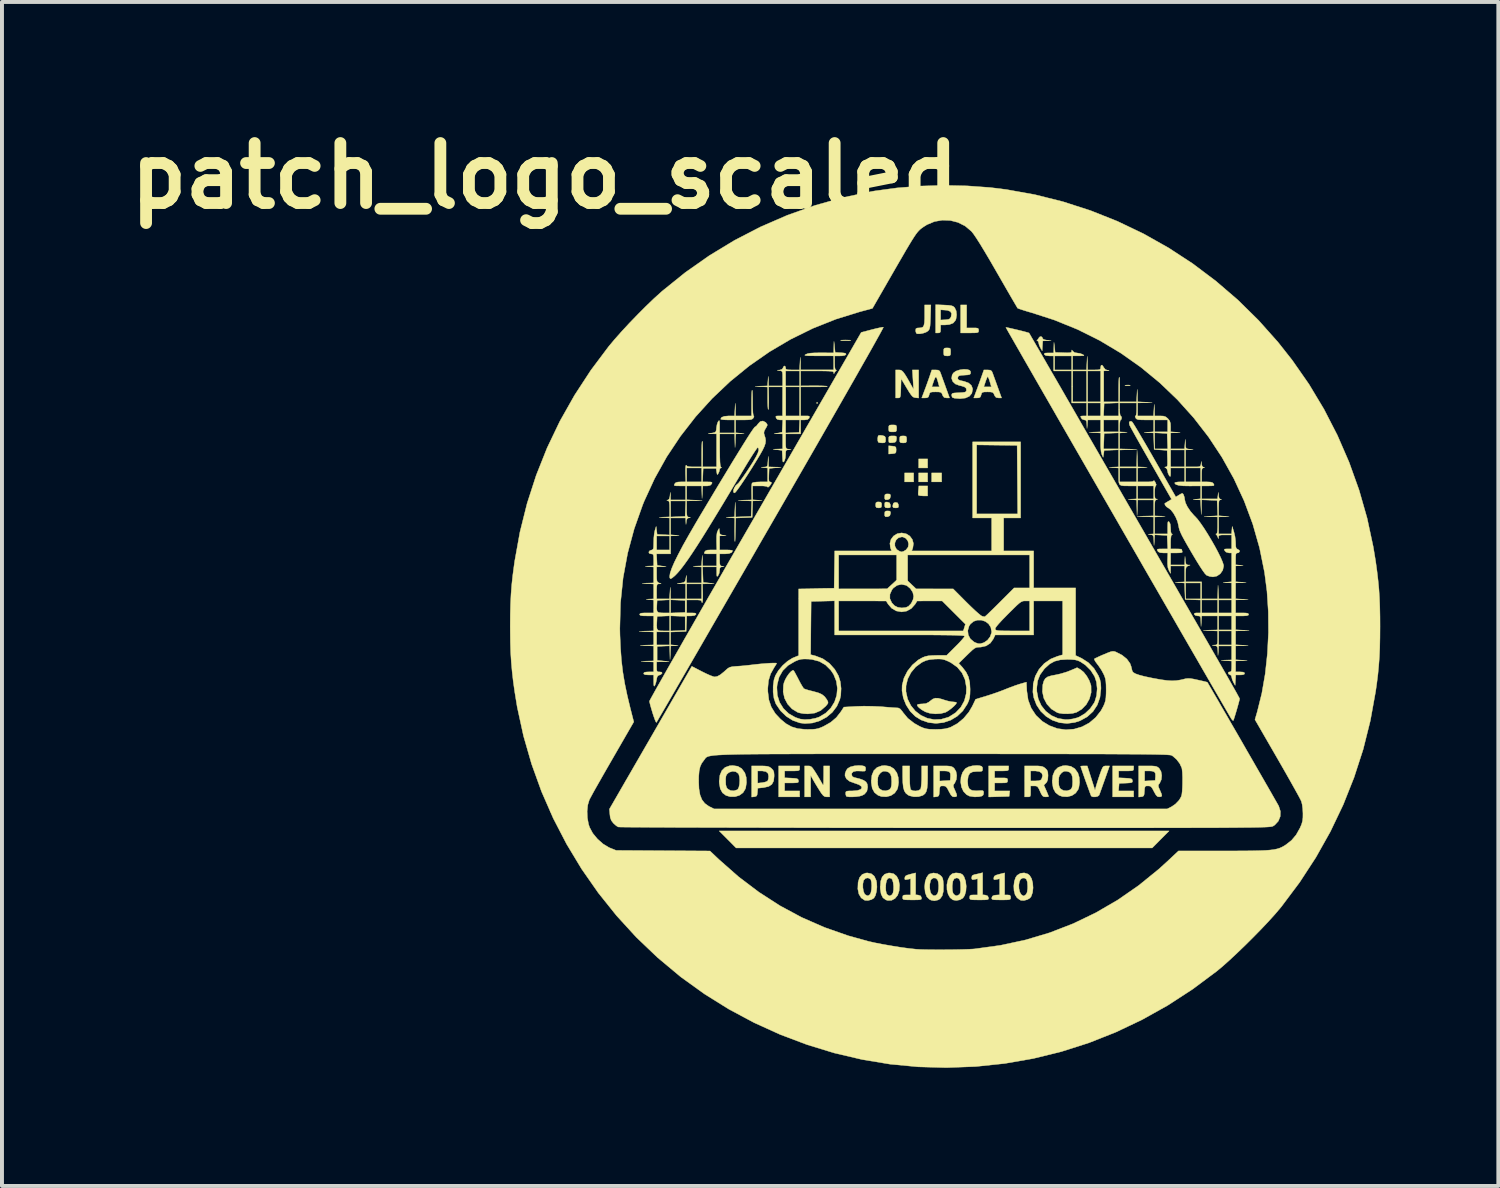
<source format=kicad_pcb>
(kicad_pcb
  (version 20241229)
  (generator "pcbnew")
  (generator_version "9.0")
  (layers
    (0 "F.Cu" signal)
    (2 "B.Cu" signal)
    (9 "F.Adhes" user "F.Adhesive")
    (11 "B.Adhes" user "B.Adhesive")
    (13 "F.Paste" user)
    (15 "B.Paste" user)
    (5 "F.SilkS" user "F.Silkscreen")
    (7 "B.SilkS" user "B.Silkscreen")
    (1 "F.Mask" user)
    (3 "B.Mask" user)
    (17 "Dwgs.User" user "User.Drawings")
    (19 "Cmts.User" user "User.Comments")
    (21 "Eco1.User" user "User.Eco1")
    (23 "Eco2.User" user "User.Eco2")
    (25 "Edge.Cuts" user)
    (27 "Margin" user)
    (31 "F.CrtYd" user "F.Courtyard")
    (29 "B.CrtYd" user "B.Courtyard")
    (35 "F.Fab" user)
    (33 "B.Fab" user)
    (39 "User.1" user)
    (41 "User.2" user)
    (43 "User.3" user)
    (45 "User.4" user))
  (footprint "patch_logo_scaled"
    (layer "F.Cu")
    (at 20.944 12.848)
    (property "Reference" "patch_logo_scaled" (at -10.16 -11.43 0) (layer "F.SilkS") (effects (font (size 1.524 1.524) (thickness 0.3))))
    (attr through_hole)
    (fp_poly (pts (xy -0.787 -3.658) (xy -1.016 -3.658) (xy -1.016 -3.886) (xy -0.787 -3.886) (xy -0.787 -3.658)) (stroke (width 0.01) (type solid)) (fill yes) (layer "F.SilkS"))
    (fp_poly (pts (xy -0.432 -4.013) (xy -0.66 -4.013) (xy -0.66 -4.242) (xy -0.432 -4.242) (xy -0.432 -4.013)) (stroke (width 0.01) (type solid)) (fill yes) (layer "F.SilkS"))
    (fp_poly (pts (xy -0.432 -3.658) (xy -0.66 -3.658) (xy -0.66 -3.886) (xy -0.432 -3.886) (xy -0.432 -3.658)) (stroke (width 0.01) (type solid)) (fill yes) (layer "F.SilkS"))
    (fp_poly (pts (xy -0.076 -3.658) (xy -0.33 -3.658) (xy -0.33 -3.886) (xy -0.076 -3.886) (xy -0.076 -3.658)) (stroke (width 0.01) (type solid)) (fill yes) (layer "F.SilkS"))
    (fp_poly (pts (xy -3.234 -5.681) (xy -3.231 -5.651) (xy -3.234 -5.647) (xy -3.249 -5.651) (xy -3.251 -5.664) (xy -3.242 -5.685) (xy -3.234 -5.681)) (stroke (width 0.01) (type solid)) (fill yes) (layer "F.SilkS"))
    (fp_poly (pts (xy 5.486 5.423) (xy 5.272 5.639) (xy -5.297 5.639) (xy -5.512 5.423) (xy -5.727 5.207) (xy 5.701 5.207) (xy 5.486 5.423)) (stroke (width 0.01) (type solid)) (fill yes) (layer "F.SilkS"))
    (fp_poly (pts (xy 4.705 -6.114) (xy 4.717 -6.108) (xy 4.685 -6.104) (xy 4.648 -6.103) (xy 4.593 -6.105) (xy 4.578 -6.11) (xy 4.591 -6.114) (xy 4.665 -6.118) (xy 4.705 -6.114)) (stroke (width 0.01) (type solid)) (fill yes) (layer "F.SilkS"))
    (fp_poly (pts (xy -0.432 -3.302) (xy -0.545 -3.302) (xy -0.615 -3.306) (xy -0.66 -3.316) (xy -0.668 -3.321) (xy -0.672 -3.356) (xy -0.669 -3.421) (xy -0.666 -3.448) (xy -0.655 -3.556) (xy -0.432 -3.556) (xy -0.432 -3.302)) (stroke (width 0.01) (type solid)) (fill yes) (layer "F.SilkS"))
    (fp_poly (pts (xy -2.417 -7.258) (xy -2.407 -7.258) (xy -2.381 -7.253) (xy -2.402 -7.25) (xy -2.463 -7.248) (xy -2.515 -7.248) (xy -2.597 -7.249) (xy -2.641 -7.251) (xy -2.643 -7.255) (xy -2.623 -7.258) (xy -2.521 -7.262) (xy -2.417 -7.258)) (stroke (width 0.01) (type solid)) (fill yes) (layer "F.SilkS"))
    (fp_poly (pts (xy -1.327 -4.567) (xy -1.265 -4.558) (xy -1.238 -4.536) (xy -1.232 -4.484) (xy -1.232 -4.47) (xy -1.236 -4.412) (xy -1.258 -4.385) (xy -1.313 -4.375) (xy -1.327 -4.374) (xy -1.422 -4.366) (xy -1.422 -4.575) (xy -1.327 -4.567)) (stroke (width 0.01) (type solid)) (fill yes) (layer "F.SilkS"))
    (fp_poly (pts (xy -1.622 -3.143) (xy -1.603 -3.114) (xy -1.6 -3.073) (xy -1.606 -3.019) (xy -1.636 -3) (xy -1.676 -2.997) (xy -1.73 -3.003) (xy -1.75 -3.033) (xy -1.753 -3.073) (xy -1.746 -3.127) (xy -1.717 -3.147) (xy -1.676 -3.15) (xy -1.622 -3.143)) (stroke (width 0.01) (type solid)) (fill yes) (layer "F.SilkS"))
    (fp_poly (pts (xy -1.454 -3.145) (xy -1.4 -3.127) (xy -1.378 -3.079) (xy -1.376 -3.067) (xy -1.376 -3.018) (xy -1.402 -3) (xy -1.446 -2.997) (xy -1.501 -3.003) (xy -1.521 -3.032) (xy -1.524 -3.075) (xy -1.519 -3.129) (xy -1.494 -3.147) (xy -1.454 -3.145)) (stroke (width 0.01) (type solid)) (fill yes) (layer "F.SilkS"))
    (fp_poly (pts (xy -1.392 -3.348) (xy -1.374 -3.322) (xy -1.376 -3.283) (xy -1.394 -3.229) (xy -1.443 -3.207) (xy -1.454 -3.205) (xy -1.503 -3.205) (xy -1.522 -3.231) (xy -1.524 -3.275) (xy -1.518 -3.33) (xy -1.49 -3.35) (xy -1.446 -3.353) (xy -1.392 -3.348)) (stroke (width 0.01) (type solid)) (fill yes) (layer "F.SilkS"))
    (fp_poly (pts (xy -1.392 -2.916) (xy -1.374 -2.891) (xy -1.376 -2.851) (xy -1.394 -2.797) (xy -1.443 -2.775) (xy -1.454 -2.773) (xy -1.503 -2.773) (xy -1.522 -2.799) (xy -1.524 -2.843) (xy -1.518 -2.898) (xy -1.49 -2.918) (xy -1.446 -2.921) (xy -1.392 -2.916)) (stroke (width 0.01) (type solid)) (fill yes) (layer "F.SilkS"))
    (fp_poly (pts (xy -1.196 -3.126) (xy -1.175 -3.083) (xy -1.173 -3.067) (xy -1.173 -3.018) (xy -1.198 -3) (xy -1.245 -2.997) (xy -1.299 -3.002) (xy -1.318 -3.026) (xy -1.316 -3.067) (xy -1.3 -3.119) (xy -1.259 -3.136) (xy -1.245 -3.137) (xy -1.196 -3.126)) (stroke (width 0.01) (type solid)) (fill yes) (layer "F.SilkS"))
    (fp_poly (pts (xy -1.578 -4.836) (xy -1.577 -4.835) (xy -1.523 -4.818) (xy -1.502 -4.783) (xy -1.499 -4.734) (xy -1.503 -4.676) (xy -1.527 -4.652) (xy -1.583 -4.648) (xy -1.646 -4.653) (xy -1.684 -4.664) (xy -1.685 -4.665) (xy -1.699 -4.704) (xy -1.701 -4.763) (xy -1.692 -4.817) (xy -1.679 -4.837) (xy -1.64 -4.842) (xy -1.578 -4.836)) (stroke (width 0.01) (type solid)) (fill yes) (layer "F.SilkS"))
    (fp_poly (pts (xy -1.256 -5.103) (xy -1.227 -5.086) (xy -1.219 -5.043) (xy -1.219 -5.016) (xy -1.222 -4.96) (xy -1.241 -4.934) (xy -1.291 -4.928) (xy -1.321 -4.928) (xy -1.386 -4.93) (xy -1.415 -4.947) (xy -1.422 -4.99) (xy -1.422 -5.016) (xy -1.419 -5.073) (xy -1.4 -5.099) (xy -1.351 -5.105) (xy -1.321 -5.105) (xy -1.256 -5.103)) (stroke (width 0.01) (type solid)) (fill yes) (layer "F.SilkS"))
    (fp_poly (pts (xy -1.254 -4.824) (xy -1.226 -4.809) (xy -1.222 -4.77) (xy -1.224 -4.743) (xy -1.234 -4.689) (xy -1.262 -4.663) (xy -1.324 -4.653) (xy -1.327 -4.653) (xy -1.389 -4.651) (xy -1.416 -4.666) (xy -1.422 -4.713) (xy -1.422 -4.736) (xy -1.42 -4.793) (xy -1.401 -4.819) (xy -1.353 -4.826) (xy -1.319 -4.826) (xy -1.254 -4.824)) (stroke (width 0.01) (type solid)) (fill yes) (layer "F.SilkS"))
    (fp_poly (pts (xy -0.995 -4.822) (xy -0.97 -4.8) (xy -0.965 -4.744) (xy -0.965 -4.737) (xy -0.969 -4.678) (xy -0.991 -4.653) (xy -1.047 -4.648) (xy -1.054 -4.648) (xy -1.114 -4.652) (xy -1.138 -4.674) (xy -1.143 -4.73) (xy -1.143 -4.737) (xy -1.139 -4.797) (xy -1.117 -4.821) (xy -1.061 -4.826) (xy -1.054 -4.826) (xy -0.995 -4.822)) (stroke (width 0.01) (type solid)) (fill yes) (layer "F.SilkS"))
    (fp_poly (pts (xy 0.12 -7.058) (xy 0.146 -7.039) (xy 0.152 -6.99) (xy 0.152 -6.96) (xy 0.15 -6.895) (xy 0.133 -6.866) (xy 0.09 -6.858) (xy 0.064 -6.858) (xy 0.007 -6.861) (xy -0.019 -6.88) (xy -0.025 -6.93) (xy -0.025 -6.96) (xy -0.023 -7.025) (xy -0.006 -7.054) (xy 0.037 -7.061) (xy 0.064 -7.061) (xy 0.12 -7.058)) (stroke (width 0.01) (type solid)) (fill yes) (layer "F.SilkS"))
    (fp_poly (pts (xy 0.559 -7.569) (xy 0.711 -7.569) (xy 0.796 -7.568) (xy 0.841 -7.561) (xy 0.86 -7.542) (xy 0.864 -7.508) (xy 0.864 -7.506) (xy 0.862 -7.476) (xy 0.85 -7.457) (xy 0.818 -7.447) (xy 0.756 -7.443) (xy 0.655 -7.442) (xy 0.635 -7.442) (xy 0.406 -7.442) (xy 0.406 -8.153) (xy 0.559 -8.153) (xy 0.559 -7.569)) (stroke (width 0.01) (type solid)) (fill yes) (layer "F.SilkS"))
    (fp_poly (pts (xy 2.464 -7.345) (xy 2.488 -7.312) (xy 2.489 -7.301) (xy 2.513 -7.276) (xy 2.581 -7.259) (xy 2.597 -7.258) (xy 2.705 -7.248) (xy 2.492 -7.239) (xy 2.484 -7.112) (xy 2.477 -6.986) (xy 2.432 -7.064) (xy 2.401 -7.131) (xy 2.388 -7.188) (xy 2.388 -7.19) (xy 2.374 -7.231) (xy 2.356 -7.239) (xy 2.339 -7.247) (xy 2.351 -7.258) (xy 2.383 -7.297) (xy 2.395 -7.321) (xy 2.425 -7.349) (xy 2.464 -7.345)) (stroke (width 0.01) (type solid)) (fill yes) (layer "F.SilkS"))
    (fp_poly (pts (xy -0.359 -7.849) (xy -0.364 -7.718) (xy -0.37 -7.626) (xy -0.38 -7.566) (xy -0.395 -7.526) (xy -0.417 -7.497) (xy -0.423 -7.491) (xy -0.476 -7.458) (xy -0.551 -7.433) (xy -0.629 -7.419) (xy -0.693 -7.42) (xy -0.718 -7.431) (xy -0.733 -7.47) (xy -0.737 -7.51) (xy -0.729 -7.551) (xy -0.694 -7.567) (xy -0.653 -7.569) (xy -0.593 -7.574) (xy -0.552 -7.592) (xy -0.527 -7.634) (xy -0.513 -7.705) (xy -0.508 -7.815) (xy -0.508 -7.892) (xy -0.508 -8.153) (xy -0.35 -8.153) (xy -0.359 -7.849)) (stroke (width 0.01) (type solid)) (fill yes) (layer "F.SilkS"))
    (fp_poly (pts (xy -3.683 3.619) (xy -3.685 3.652) (xy -3.7 3.671) (xy -3.736 3.68) (xy -3.807 3.683) (xy -3.873 3.683) (xy -4.064 3.683) (xy -4.064 3.858) (xy -3.893 3.866) (xy -3.801 3.872) (xy -3.748 3.881) (xy -3.723 3.899) (xy -3.713 3.928) (xy -3.713 3.931) (xy -3.712 3.96) (xy -3.726 3.977) (xy -3.765 3.985) (xy -3.841 3.988) (xy -3.884 3.988) (xy -4.064 3.988) (xy -4.064 4.191) (xy -3.683 4.191) (xy -3.683 4.343) (xy -4.216 4.343) (xy -4.216 3.556) (xy -3.683 3.556) (xy -3.683 3.619)) (stroke (width 0.01) (type solid)) (fill yes) (layer "F.SilkS"))
    (fp_poly (pts (xy 1.626 3.619) (xy 1.623 3.653) (xy 1.608 3.672) (xy 1.569 3.68) (xy 1.495 3.683) (xy 1.448 3.683) (xy 1.27 3.683) (xy 1.27 3.861) (xy 1.435 3.861) (xy 1.524 3.862) (xy 1.573 3.868) (xy 1.595 3.884) (xy 1.6 3.914) (xy 1.6 3.924) (xy 1.597 3.958) (xy 1.581 3.977) (xy 1.54 3.986) (xy 1.462 3.988) (xy 1.435 3.988) (xy 1.27 3.988) (xy 1.27 4.191) (xy 1.654 4.191) (xy 1.638 4.331) (xy 1.378 4.338) (xy 1.118 4.345) (xy 1.118 3.556) (xy 1.626 3.556) (xy 1.626 3.619)) (stroke (width 0.01) (type solid)) (fill yes) (layer "F.SilkS"))
    (fp_poly (pts (xy 4.801 3.619) (xy 4.798 3.652) (xy 4.784 3.671) (xy 4.747 3.68) (xy 4.677 3.683) (xy 4.61 3.683) (xy 4.42 3.683) (xy 4.42 3.858) (xy 4.591 3.866) (xy 4.683 3.872) (xy 4.736 3.881) (xy 4.761 3.899) (xy 4.77 3.929) (xy 4.77 3.929) (xy 4.771 3.959) (xy 4.755 3.977) (xy 4.712 3.986) (xy 4.63 3.992) (xy 4.605 3.993) (xy 4.432 4) (xy 4.424 4.096) (xy 4.417 4.191) (xy 4.801 4.191) (xy 4.801 4.343) (xy 4.267 4.343) (xy 4.267 3.556) (xy 4.801 3.556) (xy 4.801 3.619)) (stroke (width 0.01) (type solid)) (fill yes) (layer "F.SilkS"))
    (fp_poly (pts (xy -1.124 -6.499) (xy -1.091 -6.485) (xy -1.056 -6.453) (xy -1.015 -6.398) (xy -0.962 -6.314) (xy -0.893 -6.193) (xy -0.86 -6.134) (xy -0.789 -6.007) (xy -0.82 -6.502) (xy -0.66 -6.502) (xy -0.66 -5.788) (xy -0.74 -5.796) (xy -0.779 -5.804) (xy -0.813 -5.824) (xy -0.85 -5.866) (xy -0.898 -5.935) (xy -0.963 -6.042) (xy -0.963 -6.042) (xy -1.105 -6.28) (xy -1.112 -6.035) (xy -1.116 -5.923) (xy -1.121 -5.852) (xy -1.131 -5.812) (xy -1.147 -5.795) (xy -1.172 -5.791) (xy -1.182 -5.791) (xy -1.245 -5.791) (xy -1.245 -6.502) (xy -1.162 -6.502) (xy -1.124 -6.499)) (stroke (width 0.01) (type solid)) (fill yes) (layer "F.SilkS"))
    (fp_poly (pts (xy -3.424 3.559) (xy -3.389 3.575) (xy -3.353 3.612) (xy -3.307 3.679) (xy -3.268 3.74) (xy -3.21 3.836) (xy -3.158 3.925) (xy -3.121 3.99) (xy -3.115 4) (xy -3.097 4.032) (xy -3.086 4.041) (xy -3.079 4.021) (xy -3.076 3.966) (xy -3.075 3.868) (xy -3.074 3.816) (xy -3.073 3.556) (xy -2.921 3.556) (xy -2.921 4.343) (xy -2.996 4.343) (xy -3.042 4.337) (xy -3.082 4.311) (xy -3.127 4.257) (xy -3.166 4.197) (xy -3.229 4.097) (xy -3.293 3.991) (xy -3.332 3.924) (xy -3.403 3.797) (xy -3.404 4.343) (xy -3.556 4.343) (xy -3.556 3.556) (xy -3.469 3.556) (xy -3.424 3.559)) (stroke (width 0.01) (type solid)) (fill yes) (layer "F.SilkS"))
    (fp_poly (pts (xy 3.454 1.111) (xy 3.533 1.176) (xy 3.61 1.275) (xy 3.674 1.389) (xy 3.714 1.502) (xy 3.719 1.526) (xy 3.721 1.692) (xy 3.678 1.852) (xy 3.597 1.997) (xy 3.482 2.116) (xy 3.347 2.196) (xy 3.252 2.221) (xy 3.131 2.232) (xy 3.006 2.23) (xy 2.899 2.214) (xy 2.857 2.2) (xy 2.711 2.11) (xy 2.597 1.986) (xy 2.519 1.837) (xy 2.483 1.672) (xy 2.492 1.501) (xy 2.494 1.49) (xy 2.52 1.398) (xy 2.558 1.335) (xy 2.618 1.293) (xy 2.712 1.264) (xy 2.809 1.246) (xy 2.937 1.218) (xy 3.076 1.177) (xy 3.187 1.136) (xy 3.365 1.06) (xy 3.454 1.111)) (stroke (width 0.01) (type solid)) (fill yes) (layer "F.SilkS"))
    (fp_poly (pts (xy -0.737 6.829) (xy -0.667 6.837) (xy -0.609 6.858) (xy -0.589 6.902) (xy -0.587 6.929) (xy -0.598 6.946) (xy -0.629 6.955) (xy -0.691 6.959) (xy -0.793 6.96) (xy -0.824 6.96) (xy -0.936 6.959) (xy -1.007 6.956) (xy -1.046 6.948) (xy -1.063 6.933) (xy -1.067 6.907) (xy -1.067 6.896) (xy -1.061 6.855) (xy -1.035 6.837) (xy -0.974 6.833) (xy -0.965 6.833) (xy -0.864 6.833) (xy -0.864 6.422) (xy -0.942 6.439) (xy -0.995 6.447) (xy -1.014 6.433) (xy -1.012 6.399) (xy -1.004 6.368) (xy -0.985 6.346) (xy -0.943 6.327) (xy -0.869 6.306) (xy -0.806 6.29) (xy -0.737 6.273) (xy -0.737 6.829)) (stroke (width 0.01) (type solid)) (fill yes) (layer "F.SilkS"))
    (fp_poly (pts (xy -0.163 1.837) (xy -0.062 1.863) (xy -0.013 1.88) (xy 0.083 1.908) (xy 0.173 1.926) (xy 0.22 1.93) (xy 0.277 1.936) (xy 0.304 1.949) (xy 0.305 1.951) (xy 0.286 1.986) (xy 0.236 2.039) (xy 0.169 2.097) (xy 0.097 2.151) (xy 0.032 2.19) (xy 0.02 2.196) (xy -0.099 2.226) (xy -0.237 2.234) (xy -0.375 2.219) (xy -0.489 2.183) (xy -0.495 2.18) (xy -0.585 2.128) (xy -0.653 2.075) (xy -0.693 2.03) (xy -0.696 2.003) (xy -0.665 1.99) (xy -0.601 1.982) (xy -0.567 1.981) (xy -0.476 1.972) (xy -0.404 1.937) (xy -0.364 1.905) (xy -0.3 1.857) (xy -0.237 1.835) (xy -0.163 1.837)) (stroke (width 0.01) (type solid)) (fill yes) (layer "F.SilkS"))
    (fp_poly (pts (xy 0.965 6.829) (xy 1.035 6.837) (xy 1.092 6.858) (xy 1.113 6.902) (xy 1.115 6.929) (xy 1.104 6.946) (xy 1.072 6.955) (xy 1.01 6.959) (xy 0.909 6.96) (xy 0.878 6.96) (xy 0.766 6.959) (xy 0.695 6.956) (xy 0.656 6.948) (xy 0.639 6.933) (xy 0.635 6.907) (xy 0.635 6.896) (xy 0.641 6.855) (xy 0.667 6.837) (xy 0.728 6.833) (xy 0.737 6.833) (xy 0.838 6.833) (xy 0.838 6.422) (xy 0.762 6.439) (xy 0.709 6.446) (xy 0.689 6.428) (xy 0.686 6.393) (xy 0.698 6.344) (xy 0.745 6.32) (xy 0.759 6.316) (xy 0.84 6.299) (xy 0.899 6.285) (xy 0.965 6.268) (xy 0.965 6.829)) (stroke (width 0.01) (type solid)) (fill yes) (layer "F.SilkS"))
    (fp_poly (pts (xy 1.524 6.833) (xy 1.6 6.833) (xy 1.655 6.839) (xy 1.675 6.868) (xy 1.676 6.896) (xy 1.675 6.925) (xy 1.663 6.944) (xy 1.633 6.954) (xy 1.574 6.959) (xy 1.477 6.96) (xy 1.433 6.96) (xy 1.321 6.959) (xy 1.251 6.956) (xy 1.213 6.948) (xy 1.198 6.934) (xy 1.197 6.91) (xy 1.198 6.902) (xy 1.215 6.862) (xy 1.258 6.843) (xy 1.302 6.837) (xy 1.397 6.83) (xy 1.397 6.422) (xy 1.319 6.439) (xy 1.265 6.447) (xy 1.247 6.433) (xy 1.249 6.399) (xy 1.257 6.368) (xy 1.276 6.346) (xy 1.317 6.327) (xy 1.391 6.306) (xy 1.454 6.29) (xy 1.524 6.273) (xy 1.524 6.833)) (stroke (width 0.01) (type solid)) (fill yes) (layer "F.SilkS"))
    (fp_poly (pts (xy -0.889 3.843) (xy -0.886 3.995) (xy -0.877 4.1) (xy -0.863 4.155) (xy -0.859 4.161) (xy -0.805 4.187) (xy -0.731 4.192) (xy -0.66 4.178) (xy -0.613 4.147) (xy -0.61 4.142) (xy -0.6 4.097) (xy -0.591 4.014) (xy -0.585 3.907) (xy -0.584 3.824) (xy -0.584 3.556) (xy -0.432 3.556) (xy -0.432 3.847) (xy -0.435 4.004) (xy -0.445 4.12) (xy -0.465 4.202) (xy -0.497 4.258) (xy -0.544 4.297) (xy -0.562 4.307) (xy -0.667 4.338) (xy -0.787 4.339) (xy -0.897 4.312) (xy -0.93 4.295) (xy -0.986 4.25) (xy -1.025 4.188) (xy -1.05 4.1) (xy -1.063 3.979) (xy -1.067 3.819) (xy -1.067 3.556) (xy -0.889 3.556) (xy -0.889 3.843)) (stroke (width 0.01) (type solid)) (fill yes) (layer "F.SilkS"))
    (fp_poly (pts (xy -0.01 -8.15) (xy 0.099 -8.144) (xy 0.169 -8.134) (xy 0.214 -8.119) (xy 0.245 -8.093) (xy 0.256 -8.081) (xy 0.293 -8.002) (xy 0.304 -7.9) (xy 0.289 -7.798) (xy 0.277 -7.764) (xy 0.219 -7.694) (xy 0.122 -7.655) (xy 0.012 -7.645) (xy -0.102 -7.645) (xy -0.102 -7.544) (xy -0.105 -7.478) (xy -0.121 -7.449) (xy -0.16 -7.442) (xy -0.165 -7.442) (xy -0.229 -7.442) (xy -0.229 -7.77) (xy -0.102 -7.77) (xy 0.019 -7.777) (xy 0.094 -7.786) (xy 0.135 -7.805) (xy 0.159 -7.844) (xy 0.164 -7.856) (xy 0.176 -7.934) (xy 0.146 -7.986) (xy 0.073 -8.015) (xy 0.016 -8.021) (xy -0.102 -8.029) (xy -0.102 -7.77) (xy -0.229 -7.77) (xy -0.229 -8.159) (xy -0.01 -8.15)) (stroke (width 0.01) (type solid)) (fill yes) (layer "F.SilkS"))
    (fp_poly (pts (xy 3.721 3.864) (xy 3.819 4.173) (xy 3.854 4.048) (xy 3.881 3.96) (xy 3.917 3.848) (xy 3.954 3.74) (xy 3.989 3.647) (xy 4.015 3.592) (xy 4.04 3.566) (xy 4.074 3.557) (xy 4.105 3.556) (xy 4.189 3.556) (xy 4.066 3.905) (xy 4.02 4.033) (xy 3.98 4.146) (xy 3.948 4.235) (xy 3.928 4.289) (xy 3.924 4.299) (xy 3.89 4.328) (xy 3.829 4.343) (xy 3.767 4.343) (xy 3.725 4.324) (xy 3.723 4.321) (xy 3.71 4.291) (xy 3.685 4.224) (xy 3.651 4.13) (xy 3.611 4.02) (xy 3.569 3.903) (xy 3.529 3.789) (xy 3.494 3.689) (xy 3.469 3.613) (xy 3.455 3.571) (xy 3.454 3.566) (xy 3.477 3.559) (xy 3.531 3.556) (xy 3.539 3.556) (xy 3.623 3.556) (xy 3.721 3.864)) (stroke (width 0.01) (type solid)) (fill yes) (layer "F.SilkS"))
    (fp_poly (pts (xy -4.579 3.558) (xy -4.506 3.565) (xy -4.457 3.58) (xy -4.415 3.606) (xy -4.402 3.617) (xy -4.36 3.66) (xy -4.338 3.708) (xy -4.331 3.78) (xy -4.331 3.82) (xy -4.344 3.94) (xy -4.389 4.024) (xy -4.469 4.077) (xy -4.59 4.105) (xy -4.604 4.107) (xy -4.747 4.122) (xy -4.755 4.226) (xy -4.764 4.294) (xy -4.785 4.326) (xy -4.828 4.338) (xy -4.832 4.339) (xy -4.902 4.347) (xy -4.902 3.683) (xy -4.75 3.683) (xy -4.75 3.994) (xy -4.632 3.981) (xy -4.557 3.966) (xy -4.504 3.944) (xy -4.493 3.933) (xy -4.477 3.885) (xy -4.471 3.817) (xy -4.487 3.745) (xy -4.538 3.701) (xy -4.629 3.684) (xy -4.659 3.683) (xy -4.75 3.683) (xy -4.902 3.683) (xy -4.902 3.556) (xy -4.688 3.556) (xy -4.579 3.558)) (stroke (width 0.01) (type solid)) (fill yes) (layer "F.SilkS"))
    (fp_poly (pts (xy -3.837 1.132) (xy -3.816 1.164) (xy -3.78 1.23) (xy -3.733 1.318) (xy -3.711 1.362) (xy -3.661 1.457) (xy -3.616 1.534) (xy -3.584 1.583) (xy -3.575 1.593) (xy -3.536 1.609) (xy -3.462 1.632) (xy -3.368 1.656) (xy -3.347 1.661) (xy -3.212 1.698) (xy -3.116 1.741) (xy -3.046 1.798) (xy -2.99 1.875) (xy -2.99 1.875) (xy -2.965 1.924) (xy -2.962 1.959) (xy -2.987 1.999) (xy -3.023 2.041) (xy -3.148 2.149) (xy -3.296 2.213) (xy -3.471 2.234) (xy -3.481 2.234) (xy -3.584 2.228) (xy -3.68 2.211) (xy -3.734 2.195) (xy -3.877 2.107) (xy -3.989 1.985) (xy -4.066 1.838) (xy -4.102 1.676) (xy -4.095 1.507) (xy -4.081 1.445) (xy -4.049 1.365) (xy -4.003 1.283) (xy -3.95 1.209) (xy -3.899 1.155) (xy -3.858 1.128) (xy -3.837 1.132)) (stroke (width 0.01) (type solid)) (fill yes) (layer "F.SilkS"))
    (fp_poly (pts (xy 0.882 3.549) (xy 0.94 3.565) (xy 0.963 3.598) (xy 0.965 3.631) (xy 0.962 3.669) (xy 0.945 3.689) (xy 0.901 3.697) (xy 0.823 3.697) (xy 0.713 3.707) (xy 0.641 3.743) (xy 0.6 3.812) (xy 0.585 3.921) (xy 0.584 3.953) (xy 0.594 4.067) (xy 0.629 4.14) (xy 0.695 4.178) (xy 0.798 4.188) (xy 0.841 4.186) (xy 0.924 4.181) (xy 0.969 4.184) (xy 0.987 4.201) (xy 0.991 4.236) (xy 0.991 4.244) (xy 0.981 4.292) (xy 0.945 4.322) (xy 0.876 4.338) (xy 0.766 4.343) (xy 0.759 4.343) (xy 0.632 4.324) (xy 0.556 4.285) (xy 0.478 4.204) (xy 0.428 4.094) (xy 0.407 3.967) (xy 0.416 3.838) (xy 0.456 3.72) (xy 0.526 3.625) (xy 0.529 3.623) (xy 0.604 3.581) (xy 0.707 3.553) (xy 0.819 3.544) (xy 0.882 3.549)) (stroke (width 0.01) (type solid)) (fill yes) (layer "F.SilkS"))
    (fp_poly (pts (xy -1.293 6.296) (xy -1.218 6.359) (xy -1.168 6.456) (xy -1.146 6.582) (xy -1.156 6.73) (xy -1.156 6.73) (xy -1.194 6.842) (xy -1.261 6.924) (xy -1.347 6.97) (xy -1.444 6.974) (xy -1.491 6.96) (xy -1.567 6.905) (xy -1.614 6.812) (xy -1.635 6.68) (xy -1.636 6.632) (xy -1.635 6.628) (xy -1.498 6.628) (xy -1.494 6.719) (xy -1.479 6.792) (xy -1.457 6.826) (xy -1.415 6.852) (xy -1.397 6.858) (xy -1.366 6.845) (xy -1.337 6.826) (xy -1.311 6.78) (xy -1.298 6.703) (xy -1.297 6.61) (xy -1.307 6.52) (xy -1.328 6.449) (xy -1.353 6.416) (xy -1.407 6.402) (xy -1.441 6.416) (xy -1.471 6.46) (xy -1.49 6.536) (xy -1.498 6.628) (xy -1.635 6.628) (xy -1.624 6.483) (xy -1.587 6.376) (xy -1.524 6.308) (xy -1.433 6.277) (xy -1.389 6.275) (xy -1.293 6.296)) (stroke (width 0.01) (type solid)) (fill yes) (layer "F.SilkS"))
    (fp_poly (pts (xy -0.182 6.292) (xy -0.11 6.335) (xy -0.073 6.372) (xy -0.05 6.413) (xy -0.038 6.475) (xy -0.031 6.57) (xy -0.03 6.585) (xy -0.033 6.742) (xy -0.062 6.856) (xy -0.118 6.932) (xy -0.168 6.961) (xy -0.26 6.982) (xy -0.344 6.966) (xy -0.385 6.946) (xy -0.452 6.881) (xy -0.494 6.774) (xy -0.505 6.662) (xy -0.379 6.662) (xy -0.363 6.755) (xy -0.341 6.802) (xy -0.289 6.85) (xy -0.233 6.849) (xy -0.192 6.818) (xy -0.169 6.768) (xy -0.155 6.686) (xy -0.152 6.593) (xy -0.161 6.506) (xy -0.179 6.45) (xy -0.225 6.407) (xy -0.284 6.402) (xy -0.336 6.433) (xy -0.356 6.466) (xy -0.377 6.558) (xy -0.379 6.662) (xy -0.505 6.662) (xy -0.508 6.627) (xy -0.508 6.625) (xy -0.496 6.501) (xy -0.462 6.396) (xy -0.412 6.322) (xy -0.385 6.301) (xy -0.285 6.275) (xy -0.182 6.292)) (stroke (width 0.01) (type solid)) (fill yes) (layer "F.SilkS"))
    (fp_poly (pts (xy -0.162 -6.497) (xy -0.125 -6.472) (xy -0.107 -6.433) (xy -0.088 -6.381) (xy -0.057 -6.295) (xy -0.017 -6.185) (xy 0.022 -6.077) (xy 0.125 -5.791) (xy 0.049 -5.791) (xy -0.011 -5.801) (xy -0.044 -5.841) (xy -0.055 -5.867) (xy -0.073 -5.91) (xy -0.099 -5.933) (xy -0.147 -5.942) (xy -0.229 -5.944) (xy -0.312 -5.942) (xy -0.358 -5.934) (xy -0.381 -5.912) (xy -0.393 -5.87) (xy -0.394 -5.867) (xy -0.412 -5.815) (xy -0.449 -5.794) (xy -0.496 -5.791) (xy -0.582 -5.791) (xy -0.517 -5.963) (xy -0.476 -6.071) (xy -0.327 -6.071) (xy -0.134 -6.071) (xy -0.173 -6.211) (xy -0.198 -6.291) (xy -0.219 -6.324) (xy -0.24 -6.31) (xy -0.267 -6.249) (xy -0.287 -6.191) (xy -0.327 -6.071) (xy -0.476 -6.071) (xy -0.473 -6.08) (xy -0.425 -6.214) (xy -0.388 -6.318) (xy -0.326 -6.502) (xy -0.229 -6.502) (xy -0.162 -6.497)) (stroke (width 0.01) (type solid)) (fill yes) (layer "F.SilkS"))
    (fp_poly (pts (xy 0.395 6.284) (xy 0.456 6.318) (xy 0.493 6.372) (xy 0.533 6.485) (xy 0.548 6.612) (xy 0.54 6.737) (xy 0.509 6.845) (xy 0.465 6.912) (xy 0.389 6.957) (xy 0.295 6.974) (xy 0.211 6.96) (xy 0.139 6.904) (xy 0.088 6.813) (xy 0.059 6.699) (xy 0.058 6.637) (xy 0.193 6.637) (xy 0.199 6.732) (xy 0.214 6.79) (xy 0.242 6.824) (xy 0.284 6.852) (xy 0.314 6.853) (xy 0.357 6.832) (xy 0.384 6.809) (xy 0.399 6.769) (xy 0.406 6.699) (xy 0.406 6.634) (xy 0.401 6.518) (xy 0.381 6.445) (xy 0.345 6.409) (xy 0.303 6.401) (xy 0.244 6.422) (xy 0.208 6.486) (xy 0.194 6.595) (xy 0.193 6.637) (xy 0.058 6.637) (xy 0.057 6.573) (xy 0.084 6.45) (xy 0.088 6.439) (xy 0.135 6.345) (xy 0.195 6.293) (xy 0.28 6.274) (xy 0.301 6.274) (xy 0.395 6.284)) (stroke (width 0.01) (type solid)) (fill yes) (layer "F.SilkS"))
    (fp_poly (pts (xy 2.111 6.3) (xy 2.158 6.336) (xy 2.208 6.419) (xy 2.237 6.53) (xy 2.246 6.653) (xy 2.233 6.771) (xy 2.199 6.869) (xy 2.168 6.911) (xy 2.101 6.952) (xy 2.016 6.974) (xy 1.939 6.971) (xy 1.93 6.968) (xy 1.884 6.94) (xy 1.836 6.902) (xy 1.789 6.829) (xy 1.762 6.725) (xy 1.756 6.606) (xy 1.759 6.582) (xy 1.884 6.582) (xy 1.888 6.673) (xy 1.908 6.758) (xy 1.944 6.823) (xy 1.994 6.856) (xy 2.01 6.858) (xy 2.041 6.842) (xy 2.068 6.818) (xy 2.094 6.768) (xy 2.107 6.678) (xy 2.108 6.618) (xy 2.101 6.506) (xy 2.078 6.437) (xy 2.034 6.406) (xy 1.978 6.405) (xy 1.928 6.435) (xy 1.897 6.498) (xy 1.884 6.582) (xy 1.759 6.582) (xy 1.77 6.489) (xy 1.804 6.388) (xy 1.842 6.334) (xy 1.925 6.284) (xy 2.02 6.273) (xy 2.111 6.3)) (stroke (width 0.01) (type solid)) (fill yes) (layer "F.SilkS"))
    (fp_poly (pts (xy -1.86 6.296) (xy -1.785 6.36) (xy -1.737 6.466) (xy -1.727 6.517) (xy -1.72 6.632) (xy -1.732 6.747) (xy -1.758 6.847) (xy -1.797 6.913) (xy -1.797 6.914) (xy -1.862 6.953) (xy -1.947 6.974) (xy -2.023 6.971) (xy -2.032 6.968) (xy -2.12 6.908) (xy -2.179 6.81) (xy -2.206 6.679) (xy -2.204 6.646) (xy -2.077 6.646) (xy -2.063 6.736) (xy -2.036 6.804) (xy -2.018 6.824) (xy -1.966 6.854) (xy -1.927 6.846) (xy -1.894 6.818) (xy -1.872 6.77) (xy -1.858 6.69) (xy -1.853 6.598) (xy -1.859 6.511) (xy -1.874 6.447) (xy -1.885 6.431) (xy -1.946 6.4) (xy -2.009 6.411) (xy -2.056 6.461) (xy -2.06 6.471) (xy -2.077 6.551) (xy -2.077 6.646) (xy -2.204 6.646) (xy -2.199 6.521) (xy -2.198 6.512) (xy -2.162 6.393) (xy -2.096 6.314) (xy -2.003 6.277) (xy -1.961 6.274) (xy -1.86 6.296)) (stroke (width 0.01) (type solid)) (fill yes) (layer "F.SilkS"))
    (fp_poly (pts (xy 1.16 -6.496) (xy 1.196 -6.471) (xy 1.214 -6.433) (xy 1.233 -6.381) (xy 1.264 -6.295) (xy 1.304 -6.185) (xy 1.343 -6.077) (xy 1.446 -5.791) (xy 1.369 -5.791) (xy 1.308 -5.801) (xy 1.273 -5.842) (xy 1.262 -5.867) (xy 1.242 -5.911) (xy 1.215 -5.933) (xy 1.165 -5.942) (xy 1.089 -5.944) (xy 1.006 -5.942) (xy 0.961 -5.933) (xy 0.939 -5.91) (xy 0.927 -5.867) (xy 0.908 -5.815) (xy 0.872 -5.794) (xy 0.825 -5.791) (xy 0.739 -5.791) (xy 0.798 -5.95) (xy 0.838 -6.056) (xy 0.843 -6.071) (xy 0.994 -6.071) (xy 1.187 -6.071) (xy 1.146 -6.209) (xy 1.122 -6.281) (xy 1.1 -6.324) (xy 1.089 -6.33) (xy 1.073 -6.297) (xy 1.048 -6.233) (xy 1.034 -6.191) (xy 0.994 -6.071) (xy 0.843 -6.071) (xy 0.884 -6.183) (xy 0.927 -6.304) (xy 0.928 -6.306) (xy 0.997 -6.502) (xy 1.093 -6.502) (xy 1.16 -6.496)) (stroke (width 0.01) (type solid)) (fill yes) (layer "F.SilkS"))
    (fp_poly (pts (xy -5.255 3.565) (xy -5.154 3.625) (xy -5.078 3.728) (xy -5.074 3.736) (xy -5.04 3.846) (xy -5.033 3.978) (xy -5.053 4.11) (xy -5.062 4.139) (xy -5.12 4.235) (xy -5.212 4.303) (xy -5.325 4.338) (xy -5.451 4.337) (xy -5.555 4.306) (xy -5.642 4.241) (xy -5.699 4.137) (xy -5.724 3.995) (xy -5.726 3.95) (xy -5.725 3.939) (xy -5.563 3.939) (xy -5.558 4.036) (xy -5.541 4.099) (xy -5.512 4.14) (xy -5.44 4.181) (xy -5.353 4.189) (xy -5.273 4.163) (xy -5.253 4.149) (xy -5.227 4.098) (xy -5.21 4.016) (xy -5.205 3.92) (xy -5.213 3.83) (xy -5.232 3.762) (xy -5.239 3.752) (xy -5.303 3.704) (xy -5.386 3.692) (xy -5.47 3.718) (xy -5.493 3.734) (xy -5.533 3.771) (xy -5.554 3.814) (xy -5.562 3.879) (xy -5.563 3.939) (xy -5.725 3.939) (xy -5.709 3.793) (xy -5.659 3.674) (xy -5.577 3.594) (xy -5.462 3.552) (xy -5.385 3.546) (xy -5.255 3.565)) (stroke (width 0.01) (type solid)) (fill yes) (layer "F.SilkS"))
    (fp_poly (pts (xy -1.392 3.566) (xy -1.291 3.627) (xy -1.214 3.732) (xy -1.213 3.736) (xy -1.179 3.846) (xy -1.17 3.976) (xy -1.188 4.103) (xy -1.205 4.153) (xy -1.269 4.246) (xy -1.365 4.31) (xy -1.481 4.34) (xy -1.603 4.334) (xy -1.69 4.304) (xy -1.782 4.232) (xy -1.84 4.125) (xy -1.863 3.981) (xy -1.864 3.951) (xy -1.864 3.949) (xy -1.702 3.949) (xy -1.696 4.045) (xy -1.676 4.107) (xy -1.651 4.14) (xy -1.579 4.181) (xy -1.492 4.189) (xy -1.412 4.163) (xy -1.393 4.149) (xy -1.364 4.109) (xy -1.35 4.044) (xy -1.346 3.951) (xy -1.353 3.835) (xy -1.378 3.76) (xy -1.425 3.715) (xy -1.491 3.693) (xy -1.557 3.69) (xy -1.611 3.719) (xy -1.637 3.743) (xy -1.676 3.792) (xy -1.696 3.848) (xy -1.702 3.933) (xy -1.702 3.949) (xy -1.864 3.949) (xy -1.848 3.794) (xy -1.799 3.675) (xy -1.716 3.595) (xy -1.601 3.553) (xy -1.521 3.546) (xy -1.392 3.566)) (stroke (width 0.01) (type solid)) (fill yes) (layer "F.SilkS"))
    (fp_poly (pts (xy 3.205 3.566) (xy 3.306 3.627) (xy 3.383 3.732) (xy 3.385 3.736) (xy 3.419 3.846) (xy 3.427 3.976) (xy 3.409 4.103) (xy 3.392 4.153) (xy 3.328 4.246) (xy 3.232 4.31) (xy 3.117 4.34) (xy 2.994 4.334) (xy 2.907 4.304) (xy 2.815 4.232) (xy 2.758 4.125) (xy 2.734 3.981) (xy 2.733 3.951) (xy 2.733 3.949) (xy 2.896 3.949) (xy 2.901 4.045) (xy 2.921 4.107) (xy 2.946 4.14) (xy 3.018 4.181) (xy 3.106 4.189) (xy 3.185 4.163) (xy 3.205 4.149) (xy 3.233 4.109) (xy 3.247 4.044) (xy 3.251 3.951) (xy 3.244 3.835) (xy 3.22 3.76) (xy 3.173 3.715) (xy 3.107 3.693) (xy 3.041 3.69) (xy 2.987 3.719) (xy 2.961 3.743) (xy 2.921 3.792) (xy 2.901 3.848) (xy 2.896 3.933) (xy 2.896 3.949) (xy 2.733 3.949) (xy 2.749 3.794) (xy 2.799 3.675) (xy 2.882 3.595) (xy 2.997 3.553) (xy 3.076 3.546) (xy 3.205 3.566)) (stroke (width 0.01) (type solid)) (fill yes) (layer "F.SilkS"))
    (fp_poly (pts (xy 0.062 3.557) (xy 0.135 3.563) (xy 0.183 3.575) (xy 0.219 3.597) (xy 0.242 3.618) (xy 0.289 3.697) (xy 0.307 3.798) (xy 0.297 3.902) (xy 0.258 3.989) (xy 0.256 3.993) (xy 0.228 4.03) (xy 0.22 4.063) (xy 0.231 4.106) (xy 0.263 4.178) (xy 0.266 4.185) (xy 0.301 4.268) (xy 0.31 4.316) (xy 0.29 4.338) (xy 0.24 4.343) (xy 0.237 4.343) (xy 0.197 4.333) (xy 0.16 4.295) (xy 0.117 4.22) (xy 0.109 4.204) (xy 0.068 4.126) (xy 0.035 4.084) (xy -0.002 4.067) (xy -0.042 4.064) (xy -0.09 4.066) (xy -0.115 4.082) (xy -0.127 4.124) (xy -0.132 4.197) (xy -0.139 4.276) (xy -0.152 4.316) (xy -0.179 4.334) (xy -0.21 4.339) (xy -0.279 4.347) (xy -0.279 3.94) (xy -0.127 3.94) (xy 0.14 3.924) (xy 0.148 3.825) (xy 0.146 3.751) (xy 0.12 3.707) (xy 0.061 3.688) (xy -0.019 3.683) (xy -0.127 3.683) (xy -0.127 3.94) (xy -0.279 3.94) (xy -0.279 3.556) (xy -0.05 3.556) (xy 0.062 3.557)) (stroke (width 0.01) (type solid)) (fill yes) (layer "F.SilkS"))
    (fp_poly (pts (xy 5.269 3.557) (xy 5.342 3.563) (xy 5.39 3.575) (xy 5.426 3.597) (xy 5.449 3.618) (xy 5.496 3.697) (xy 5.514 3.798) (xy 5.504 3.902) (xy 5.465 3.989) (xy 5.463 3.993) (xy 5.435 4.03) (xy 5.427 4.063) (xy 5.438 4.106) (xy 5.47 4.178) (xy 5.473 4.185) (xy 5.508 4.268) (xy 5.517 4.316) (xy 5.497 4.338) (xy 5.447 4.343) (xy 5.444 4.343) (xy 5.404 4.333) (xy 5.367 4.295) (xy 5.324 4.22) (xy 5.316 4.204) (xy 5.275 4.126) (xy 5.242 4.084) (xy 5.205 4.067) (xy 5.165 4.064) (xy 5.117 4.066) (xy 5.092 4.082) (xy 5.08 4.124) (xy 5.075 4.197) (xy 5.068 4.276) (xy 5.055 4.316) (xy 5.028 4.334) (xy 4.997 4.339) (xy 4.928 4.347) (xy 4.928 3.94) (xy 5.08 3.94) (xy 5.347 3.924) (xy 5.355 3.825) (xy 5.353 3.751) (xy 5.327 3.707) (xy 5.268 3.688) (xy 5.188 3.683) (xy 5.08 3.683) (xy 5.08 3.94) (xy 4.928 3.94) (xy 4.928 3.556) (xy 5.157 3.556) (xy 5.269 3.557)) (stroke (width 0.01) (type solid)) (fill yes) (layer "F.SilkS"))
    (fp_poly (pts (xy 0.574 -6.513) (xy 0.635 -6.494) (xy 0.658 -6.461) (xy 0.66 -6.437) (xy 0.656 -6.405) (xy 0.636 -6.386) (xy 0.589 -6.376) (xy 0.503 -6.37) (xy 0.502 -6.37) (xy 0.414 -6.364) (xy 0.365 -6.353) (xy 0.342 -6.333) (xy 0.335 -6.308) (xy 0.335 -6.274) (xy 0.353 -6.251) (xy 0.399 -6.233) (xy 0.484 -6.214) (xy 0.5 -6.21) (xy 0.607 -6.171) (xy 0.679 -6.108) (xy 0.71 -6.026) (xy 0.711 -6.011) (xy 0.69 -5.908) (xy 0.628 -5.833) (xy 0.528 -5.788) (xy 0.391 -5.772) (xy 0.248 -5.784) (xy 0.195 -5.803) (xy 0.178 -5.847) (xy 0.178 -5.855) (xy 0.181 -5.887) (xy 0.198 -5.906) (xy 0.239 -5.916) (xy 0.315 -5.921) (xy 0.362 -5.923) (xy 0.458 -5.929) (xy 0.514 -5.937) (xy 0.542 -5.953) (xy 0.553 -5.979) (xy 0.554 -5.986) (xy 0.546 -6.035) (xy 0.503 -6.071) (xy 0.417 -6.098) (xy 0.373 -6.107) (xy 0.273 -6.144) (xy 0.206 -6.207) (xy 0.177 -6.286) (xy 0.19 -6.372) (xy 0.222 -6.425) (xy 0.285 -6.471) (xy 0.38 -6.503) (xy 0.486 -6.518) (xy 0.574 -6.513)) (stroke (width 0.01) (type solid)) (fill yes) (layer "F.SilkS"))
    (fp_poly (pts (xy 2.372 3.557) (xy 2.446 3.564) (xy 2.497 3.577) (xy 2.537 3.601) (xy 2.556 3.616) (xy 2.599 3.661) (xy 2.62 3.713) (xy 2.626 3.792) (xy 2.626 3.807) (xy 2.619 3.902) (xy 2.596 3.964) (xy 2.573 3.992) (xy 2.52 4.044) (xy 2.581 4.182) (xy 2.613 4.257) (xy 2.635 4.312) (xy 2.642 4.331) (xy 2.619 4.34) (xy 2.566 4.343) (xy 2.564 4.343) (xy 2.518 4.338) (xy 2.485 4.316) (xy 2.453 4.266) (xy 2.425 4.204) (xy 2.388 4.126) (xy 2.358 4.084) (xy 2.323 4.067) (xy 2.274 4.064) (xy 2.184 4.064) (xy 2.184 4.204) (xy 2.183 4.284) (xy 2.175 4.325) (xy 2.152 4.341) (xy 2.109 4.343) (xy 2.108 4.343) (xy 2.032 4.343) (xy 2.032 3.683) (xy 2.184 3.683) (xy 2.184 3.937) (xy 2.311 3.937) (xy 2.394 3.932) (xy 2.441 3.914) (xy 2.463 3.888) (xy 2.488 3.805) (xy 2.467 3.741) (xy 2.404 3.699) (xy 2.302 3.683) (xy 2.297 3.683) (xy 2.184 3.683) (xy 2.032 3.683) (xy 2.032 3.556) (xy 2.259 3.556) (xy 2.372 3.557)) (stroke (width 0.01) (type solid)) (fill yes) (layer "F.SilkS"))
    (fp_poly (pts (xy -2.105 3.549) (xy -2.041 3.563) (xy -2.012 3.586) (xy -2.007 3.629) (xy -2.01 3.67) (xy -2.03 3.688) (xy -2.08 3.69) (xy -2.121 3.687) (xy -2.241 3.685) (xy -2.318 3.701) (xy -2.356 3.738) (xy -2.362 3.772) (xy -2.348 3.823) (xy -2.299 3.849) (xy -2.292 3.85) (xy -2.153 3.885) (xy -2.057 3.921) (xy -1.997 3.963) (xy -1.966 4.016) (xy -1.956 4.086) (xy -1.956 4.097) (xy -1.975 4.2) (xy -2.035 4.273) (xy -2.097 4.307) (xy -2.161 4.325) (xy -2.248 4.337) (xy -2.342 4.343) (xy -2.426 4.342) (xy -2.484 4.334) (xy -2.498 4.326) (xy -2.511 4.29) (xy -2.515 4.25) (xy -2.511 4.219) (xy -2.494 4.201) (xy -2.452 4.193) (xy -2.374 4.191) (xy -2.34 4.191) (xy -2.218 4.181) (xy -2.14 4.155) (xy -2.105 4.119) (xy -2.116 4.077) (xy -2.174 4.034) (xy -2.28 3.996) (xy -2.288 3.994) (xy -2.412 3.949) (xy -2.494 3.885) (xy -2.531 3.807) (xy -2.529 3.749) (xy -2.502 3.676) (xy -2.466 3.623) (xy -2.397 3.582) (xy -2.296 3.555) (xy -2.181 3.545) (xy -2.105 3.549)) (stroke (width 0.01) (type solid)) (fill yes) (layer "F.SilkS"))
    (fp_poly (pts (xy -1.565 -7.566) (xy -1.599 -7.501) (xy -1.656 -7.396) (xy -1.737 -7.251) (xy -1.839 -7.068) (xy -1.962 -6.85) (xy -2.106 -6.597) (xy -2.268 -6.311) (xy -2.449 -5.994) (xy -2.647 -5.647) (xy -2.862 -5.272) (xy -3.092 -4.87) (xy -3.337 -4.443) (xy -3.596 -3.993) (xy -3.868 -3.521) (xy -4.151 -3.029) (xy -4.415 -2.572) (xy -4.684 -2.106) (xy -4.946 -1.651) (xy -5.201 -1.21) (xy -5.447 -0.784) (xy -5.683 -0.376) (xy -5.908 0.013) (xy -6.12 0.381) (xy -6.319 0.725) (xy -6.503 1.043) (xy -6.672 1.335) (xy -6.824 1.597) (xy -6.957 1.828) (xy -7.072 2.026) (xy -7.167 2.189) (xy -7.24 2.314) (xy -7.29 2.401) (xy -7.317 2.446) (xy -7.321 2.453) (xy -7.335 2.437) (xy -7.359 2.382) (xy -7.39 2.296) (xy -7.417 2.214) (xy -7.45 2.103) (xy -7.477 2.007) (xy -7.494 1.938) (xy -7.498 1.913) (xy -7.486 1.887) (xy -7.449 1.819) (xy -7.389 1.711) (xy -7.308 1.565) (xy -7.205 1.384) (xy -7.083 1.168) (xy -6.943 0.921) (xy -6.785 0.645) (xy -6.612 0.341) (xy -6.423 0.011) (xy -6.221 -0.342) (xy -6.006 -0.717) (xy -5.779 -1.111) (xy -5.543 -1.522) (xy -5.297 -1.949) (xy -5.043 -2.389) (xy -4.809 -2.794) (xy -2.119 -7.455) (xy -1.853 -7.525) (xy -1.742 -7.553) (xy -1.647 -7.574) (xy -1.58 -7.586) (xy -1.556 -7.588) (xy -1.565 -7.566)) (stroke (width 0.01) (type solid)) (fill yes) (layer "F.SilkS"))
    (fp_poly (pts (xy -4.47 -4.039) (xy -4.312 -4.034) (xy -4.153 -4.03) (xy -4.305 -4.015) (xy -4.458 -4) (xy -4.465 -3.829) (xy -4.467 -3.736) (xy -4.462 -3.683) (xy -4.448 -3.661) (xy -4.433 -3.658) (xy -4.399 -3.646) (xy -4.406 -3.609) (xy -4.445 -3.556) (xy -4.48 -3.524) (xy -4.496 -3.525) (xy -4.496 -3.527) (xy -4.521 -3.544) (xy -4.596 -3.554) (xy -4.686 -3.556) (xy -4.877 -3.556) (xy -4.877 -3.203) (xy -4.756 -3.194) (xy -4.636 -3.184) (xy -4.755 -3.18) (xy -4.875 -3.175) (xy -4.889 -2.756) (xy -5.307 -2.741) (xy -5.315 -2.38) (xy -5.318 -2.266) (xy -5.322 -2.186) (xy -5.325 -2.145) (xy -5.328 -2.148) (xy -5.33 -2.172) (xy -5.333 -2.275) (xy -5.335 -2.403) (xy -5.334 -2.527) (xy -5.334 -2.532) (xy -5.331 -2.74) (xy -5.44 -2.75) (xy -5.55 -2.76) (xy -5.443 -2.764) (xy -5.336 -2.769) (xy -5.319 -3.137) (xy -5.309 -2.766) (xy -4.915 -2.781) (xy -4.9 -3.173) (xy -5.073 -3.182) (xy -5.245 -3.19) (xy -5.072 -3.195) (xy -4.9 -3.2) (xy -4.904 -3.4) (xy -4.905 -3.499) (xy -4.901 -3.578) (xy -4.893 -3.625) (xy -4.891 -3.629) (xy -4.857 -3.644) (xy -4.782 -3.654) (xy -4.685 -3.658) (xy -4.496 -3.658) (xy -4.496 -4.01) (xy -4.578 -4.02) (xy -4.661 -4.03) (xy -4.58 -4.035) (xy -4.532 -4.04) (xy -4.507 -4.058) (xy -4.495 -4.102) (xy -4.489 -4.172) (xy -4.48 -4.305) (xy -4.47 -4.039)) (stroke (width 0.01) (type solid)) (fill yes) (layer "F.SilkS"))
    (fp_poly (pts (xy 4.743 -5.195) (xy 4.761 -5.183) (xy 4.782 -5.154) (xy 4.825 -5.086) (xy 4.887 -4.984) (xy 4.966 -4.851) (xy 5.058 -4.694) (xy 5.162 -4.516) (xy 5.274 -4.322) (xy 5.336 -4.213) (xy 5.872 -3.275) (xy 5.957 -3.328) (xy 6.013 -3.36) (xy 6.041 -3.366) (xy 6.06 -3.346) (xy 6.069 -3.33) (xy 6.091 -3.263) (xy 6.096 -3.219) (xy 6.115 -3.132) (xy 6.165 -3.027) (xy 6.24 -2.915) (xy 6.332 -2.808) (xy 6.36 -2.781) (xy 6.424 -2.711) (xy 6.502 -2.607) (xy 6.589 -2.48) (xy 6.681 -2.335) (xy 6.773 -2.181) (xy 6.862 -2.026) (xy 6.941 -1.878) (xy 7.008 -1.743) (xy 7.056 -1.632) (xy 7.083 -1.55) (xy 7.087 -1.522) (xy 7.064 -1.416) (xy 7.003 -1.327) (xy 6.916 -1.266) (xy 6.816 -1.245) (xy 6.732 -1.257) (xy 6.657 -1.284) (xy 6.651 -1.288) (xy 6.614 -1.325) (xy 6.556 -1.404) (xy 6.479 -1.522) (xy 6.384 -1.675) (xy 6.274 -1.86) (xy 6.271 -1.865) (xy 6.17 -2.039) (xy 6.092 -2.177) (xy 6.034 -2.284) (xy 5.994 -2.368) (xy 5.967 -2.434) (xy 5.951 -2.49) (xy 5.942 -2.541) (xy 5.941 -2.543) (xy 5.917 -2.647) (xy 5.871 -2.759) (xy 5.812 -2.863) (xy 5.748 -2.945) (xy 5.686 -2.994) (xy 5.68 -2.996) (xy 5.636 -3.025) (xy 5.601 -3.066) (xy 5.589 -3.103) (xy 5.594 -3.112) (xy 5.618 -3.128) (xy 5.669 -3.159) (xy 5.682 -3.167) (xy 5.764 -3.216) (xy 5.242 -4.129) (xy 5.128 -4.328) (xy 5.022 -4.514) (xy 4.926 -4.684) (xy 4.843 -4.832) (xy 4.776 -4.953) (xy 4.727 -5.042) (xy 4.7 -5.094) (xy 4.696 -5.103) (xy 4.686 -5.163) (xy 4.704 -5.197) (xy 4.743 -5.195)) (stroke (width 0.01) (type solid)) (fill yes) (layer "F.SilkS"))
    (fp_poly (pts (xy -4.548 -5.171) (xy -4.535 -5.157) (xy -4.509 -5.123) (xy -4.506 -5.092) (xy -4.529 -5.045) (xy -4.548 -5.015) (xy -4.583 -4.949) (xy -4.591 -4.898) (xy -4.576 -4.84) (xy -4.554 -4.77) (xy -4.546 -4.705) (xy -4.553 -4.638) (xy -4.579 -4.56) (xy -4.626 -4.462) (xy -4.696 -4.338) (xy -4.774 -4.209) (xy -4.883 -4.032) (xy -4.988 -3.866) (xy -5.085 -3.716) (xy -5.172 -3.587) (xy -5.244 -3.485) (xy -5.298 -3.414) (xy -5.33 -3.38) (xy -5.335 -3.378) (xy -5.366 -3.396) (xy -5.363 -3.451) (xy -5.345 -3.499) (xy -5.31 -3.56) (xy -5.271 -3.597) (xy -5.268 -3.599) (xy -5.24 -3.624) (xy -5.191 -3.686) (xy -5.125 -3.776) (xy -5.048 -3.887) (xy -4.975 -3.997) (xy -4.869 -4.163) (xy -4.793 -4.293) (xy -4.745 -4.391) (xy -4.723 -4.461) (xy -4.726 -4.507) (xy -4.747 -4.532) (xy -4.765 -4.514) (xy -4.805 -4.458) (xy -4.864 -4.369) (xy -4.939 -4.251) (xy -5.026 -4.11) (xy -5.121 -3.952) (xy -5.157 -3.892) (xy -5.401 -3.483) (xy -5.621 -3.116) (xy -5.819 -2.79) (xy -5.996 -2.501) (xy -6.154 -2.247) (xy -6.294 -2.027) (xy -6.418 -1.838) (xy -6.527 -1.678) (xy -6.623 -1.545) (xy -6.706 -1.437) (xy -6.779 -1.351) (xy -6.842 -1.285) (xy -6.865 -1.264) (xy -6.929 -1.212) (xy -6.966 -1.198) (xy -6.982 -1.221) (xy -6.985 -1.259) (xy -6.972 -1.343) (xy -6.931 -1.464) (xy -6.863 -1.622) (xy -6.766 -1.817) (xy -6.642 -2.052) (xy -6.488 -2.325) (xy -6.306 -2.639) (xy -6.231 -2.766) (xy -5.99 -3.169) (xy -5.771 -3.535) (xy -5.572 -3.863) (xy -5.396 -4.154) (xy -5.242 -4.405) (xy -5.111 -4.616) (xy -5.004 -4.787) (xy -4.92 -4.917) (xy -4.86 -5.004) (xy -4.825 -5.049) (xy -4.817 -5.055) (xy -4.784 -5.075) (xy -4.746 -5.123) (xy -4.741 -5.131) (xy -4.684 -5.191) (xy -4.616 -5.205) (xy -4.548 -5.171)) (stroke (width 0.01) (type solid)) (fill yes) (layer "F.SilkS"))
    (fp_poly (pts (xy 1.581 -7.579) (xy 1.644 -7.566) (xy 1.732 -7.546) (xy 1.835 -7.522) (xy 1.938 -7.497) (xy 2.032 -7.473) (xy 2.104 -7.453) (xy 2.141 -7.441) (xy 2.144 -7.439) (xy 2.148 -7.433) (xy 2.16 -7.413) (xy 2.179 -7.381) (xy 2.206 -7.333) (xy 2.243 -7.27) (xy 2.29 -7.189) (xy 2.347 -7.09) (xy 2.416 -6.972) (xy 2.497 -6.832) (xy 2.59 -6.67) (xy 2.697 -6.485) (xy 2.818 -6.276) (xy 2.954 -6.041) (xy 3.105 -5.778) (xy 3.273 -5.488) (xy 3.457 -5.168) (xy 3.659 -4.818) (xy 3.88 -4.436) (xy 4.119 -4.021) (xy 4.379 -3.572) (xy 4.658 -3.087) (xy 4.959 -2.566) (xy 5.282 -2.006) (xy 5.627 -1.408) (xy 5.995 -0.769) (xy 6.388 -0.089) (xy 6.805 0.634) (xy 6.823 0.666) (xy 6.951 0.888) (xy 7.071 1.097) (xy 7.181 1.289) (xy 7.277 1.459) (xy 7.359 1.604) (xy 7.424 1.719) (xy 7.468 1.801) (xy 7.491 1.844) (xy 7.493 1.85) (xy 7.486 1.885) (xy 7.468 1.954) (xy 7.443 2.045) (xy 7.414 2.147) (xy 7.384 2.246) (xy 7.358 2.33) (xy 7.339 2.388) (xy 7.331 2.405) (xy 7.311 2.396) (xy 7.281 2.358) (xy 7.261 2.324) (xy 7.217 2.249) (xy 7.151 2.135) (xy 7.064 1.985) (xy 6.958 1.802) (xy 6.833 1.587) (xy 6.692 1.343) (xy 6.536 1.073) (xy 6.366 0.778) (xy 6.183 0.462) (xy 5.989 0.126) (xy 5.786 -0.227) (xy 5.574 -0.594) (xy 5.355 -0.974) (xy 5.13 -1.363) (xy 4.902 -1.76) (xy 4.67 -2.162) (xy 4.437 -2.567) (xy 4.204 -2.972) (xy 3.972 -3.374) (xy 3.742 -3.773) (xy 3.517 -4.164) (xy 3.297 -4.546) (xy 3.084 -4.916) (xy 2.879 -5.272) (xy 2.684 -5.612) (xy 2.499 -5.933) (xy 2.327 -6.232) (xy 2.169 -6.508) (xy 2.025 -6.758) (xy 1.898 -6.98) (xy 1.789 -7.17) (xy 1.699 -7.328) (xy 1.629 -7.449) (xy 1.582 -7.533) (xy 1.558 -7.577) (xy 1.555 -7.582) (xy 1.581 -7.579)) (stroke (width 0.01) (type solid)) (fill yes) (layer "F.SilkS"))
    (fp_poly (pts (xy -2.781 -6.947) (xy -2.637 -6.939) (xy -2.553 -6.932) (xy -2.512 -6.92) (xy -2.504 -6.9) (xy -2.506 -6.895) (xy -2.536 -6.871) (xy -2.606 -6.859) (xy -2.657 -6.858) (xy -2.794 -6.858) (xy -2.794 -6.68) (xy -2.791 -6.577) (xy -2.78 -6.519) (xy -2.762 -6.502) (xy -2.745 -6.495) (xy -2.758 -6.483) (xy -2.792 -6.444) (xy -2.801 -6.426) (xy -2.813 -6.404) (xy -2.817 -6.431) (xy -2.817 -6.432) (xy -2.822 -6.448) (xy -2.84 -6.46) (xy -2.879 -6.467) (xy -2.944 -6.472) (xy -3.044 -6.475) (xy -3.185 -6.476) (xy -3.239 -6.476) (xy -3.658 -6.476) (xy -3.658 -6.096) (xy -3.326 -6.099) (xy -3.201 -6.098) (xy -3.095 -6.096) (xy -3.018 -6.092) (xy -2.98 -6.087) (xy -2.978 -6.086) (xy -2.997 -6.08) (xy -3.057 -6.076) (xy -3.151 -6.072) (xy -3.269 -6.071) (xy -3.31 -6.071) (xy -3.658 -6.071) (xy -3.658 -5.334) (xy -3.543 -5.334) (xy -3.47 -5.333) (xy -3.437 -5.325) (xy -3.434 -5.304) (xy -3.444 -5.273) (xy -3.482 -5.242) (xy -3.559 -5.232) (xy -3.658 -5.232) (xy -3.658 -4.877) (xy -4.039 -4.877) (xy -4.039 -4.688) (xy -4.038 -4.591) (xy -4.033 -4.534) (xy -4.02 -4.505) (xy -3.994 -4.493) (xy -3.969 -4.489) (xy -3.899 -4.478) (xy -3.969 -4.474) (xy -4.011 -4.468) (xy -4.032 -4.446) (xy -4.039 -4.395) (xy -4.039 -4.35) (xy -4.047 -4.267) (xy -4.066 -4.199) (xy -4.076 -4.182) (xy -4.096 -4.161) (xy -4.108 -4.168) (xy -4.115 -4.211) (xy -4.12 -4.296) (xy -4.128 -4.458) (xy -4.242 -4.473) (xy -4.356 -4.488) (xy -4.235 -4.492) (xy -4.115 -4.496) (xy -4.115 -4.877) (xy -4.223 -4.88) (xy -4.331 -4.884) (xy -4.229 -4.899) (xy -4.128 -4.915) (xy -4.112 -5.232) (xy -4.039 -5.232) (xy -4.039 -4.9) (xy -3.867 -4.907) (xy -3.696 -4.915) (xy -3.681 -5.232) (xy -4.039 -5.232) (xy -4.112 -5.232) (xy -4.187 -5.232) (xy -4.25 -5.246) (xy -4.277 -5.273) (xy -4.29 -5.313) (xy -4.277 -5.33) (xy -4.229 -5.334) (xy -4.205 -5.334) (xy -4.118 -5.334) (xy -4.117 -5.702) (xy -4.116 -6.071) (xy -4.037 -6.071) (xy -4.036 -5.702) (xy -4.036 -5.334) (xy -3.686 -5.334) (xy -3.685 -5.702) (xy -3.685 -6.071) (xy -4.037 -6.071) (xy -4.116 -6.071) (xy -4.471 -6.071) (xy -4.467 -5.79) (xy -4.467 -5.676) (xy -4.47 -5.581) (xy -4.475 -5.516) (xy -4.48 -5.494) (xy -4.486 -5.511) (xy -4.491 -5.57) (xy -4.495 -5.661) (xy -4.496 -5.773) (xy -4.496 -6.068) (xy -4.813 -6.086) (xy -4.656 -6.091) (xy -4.499 -6.096) (xy -4.489 -6.217) (xy -4.48 -6.337) (xy -4.475 -6.217) (xy -4.47 -6.096) (xy -4.115 -6.096) (xy -4.115 -6.285) (xy -4.116 -6.381) (xy -4.121 -6.438) (xy -4.134 -6.467) (xy -4.154 -6.477) (xy -4.039 -6.477) (xy -4.039 -6.096) (xy -3.683 -6.096) (xy -3.683 -6.477) (xy -4.039 -6.477) (xy -4.154 -6.477) (xy -4.159 -6.48) (xy -4.185 -6.484) (xy -4.255 -6.495) (xy -4.188 -6.499) (xy -4.127 -6.52) (xy -4.107 -6.553) (xy -4.085 -6.594) (xy -4.066 -6.604) (xy -4.044 -6.583) (xy -4.039 -6.553) (xy -4.034 -6.526) (xy -4.012 -6.511) (xy -3.962 -6.504) (xy -3.874 -6.502) (xy -3.862 -6.502) (xy -3.685 -6.502) (xy -3.667 -6.82) (xy -3.662 -6.662) (xy -3.658 -6.504) (xy -2.819 -6.504) (xy -2.819 -6.858) (xy -3.207 -6.859) (xy -3.353 -6.86) (xy -3.455 -6.861) (xy -3.518 -6.865) (xy -3.548 -6.871) (xy -3.551 -6.88) (xy -3.533 -6.893) (xy -3.521 -6.899) (xy -3.473 -6.918) (xy -3.404 -6.929) (xy -3.303 -6.935) (xy -3.162 -6.937) (xy -3.134 -6.937) (xy -2.819 -6.935) (xy -2.815 -7.081) (xy -2.811 -7.226) (xy -2.781 -6.947)) (stroke (width 0.01) (type solid)) (fill yes) (layer "F.SilkS"))
    (fp_poly (pts (xy 0.572 -11.177) (xy 1.156 -11.135) (xy 1.562 -11.085) (xy 2.292 -10.954) (xy 3.007 -10.775) (xy 3.707 -10.549) (xy 4.388 -10.278) (xy 5.049 -9.962) (xy 5.687 -9.603) (xy 6.301 -9.202) (xy 6.888 -8.76) (xy 7.447 -8.28) (xy 7.974 -7.761) (xy 8.469 -7.205) (xy 8.828 -6.75) (xy 9.253 -6.141) (xy 9.636 -5.503) (xy 9.977 -4.84) (xy 10.274 -4.156) (xy 10.526 -3.453) (xy 10.731 -2.736) (xy 10.887 -2.007) (xy 10.947 -1.644) (xy 10.982 -1.389) (xy 11.009 -1.159) (xy 11.03 -0.941) (xy 11.044 -0.722) (xy 11.053 -0.489) (xy 11.058 -0.23) (xy 11.059 0.013) (xy 11.057 0.305) (xy 11.052 0.56) (xy 11.042 0.79) (xy 11.026 1.008) (xy 11.005 1.228) (xy 10.976 1.461) (xy 10.947 1.664) (xy 10.813 2.405) (xy 10.631 3.134) (xy 10.4 3.847) (xy 10.123 4.544) (xy 9.799 5.222) (xy 9.43 5.879) (xy 9.016 6.514) (xy 8.559 7.124) (xy 8.519 7.173) (xy 8.387 7.328) (xy 8.225 7.507) (xy 8.04 7.703) (xy 7.84 7.907) (xy 7.634 8.112) (xy 7.429 8.309) (xy 7.234 8.491) (xy 7.056 8.65) (xy 6.911 8.771) (xy 6.299 9.227) (xy 5.667 9.638) (xy 5.015 10.002) (xy 4.346 10.32) (xy 3.661 10.591) (xy 2.962 10.814) (xy 2.249 10.989) (xy 1.524 11.115) (xy 0.79 11.192) (xy 0.046 11.22) (xy -0.67 11.2) (xy -1.385 11.132) (xy -2.096 11.014) (xy -2.801 10.849) (xy -3.496 10.636) (xy -4.177 10.379) (xy -4.84 10.078) (xy -5.483 9.734) (xy -6.101 9.349) (xy -6.691 8.924) (xy -6.724 8.898) (xy -7.297 8.419) (xy -7.834 7.906) (xy -8.334 7.359) (xy -8.797 6.781) (xy -9.22 6.175) (xy -9.602 5.542) (xy -9.942 4.886) (xy -10.02 4.708) (xy -9.081 4.708) (xy -9.074 4.877) (xy -9.045 5.037) (xy -9.018 5.118) (xy -8.937 5.268) (xy -8.818 5.412) (xy -8.677 5.537) (xy -8.527 5.628) (xy -8.496 5.641) (xy -8.344 5.702) (xy -5.961 5.717) (xy -5.73 5.935) (xy -5.234 6.372) (xy -4.72 6.761) (xy -4.187 7.105) (xy -3.633 7.403) (xy -3.054 7.657) (xy -2.45 7.869) (xy -1.934 8.012) (xy -1.76 8.051) (xy -1.552 8.091) (xy -1.327 8.13) (xy -1.102 8.166) (xy -0.894 8.194) (xy -0.724 8.212) (xy -0.624 8.218) (xy -0.484 8.222) (xy -0.314 8.224) (xy -0.126 8.225) (xy 0.07 8.224) (xy 0.263 8.222) (xy 0.443 8.218) (xy 0.599 8.213) (xy 0.72 8.207) (xy 0.766 8.203) (xy 1.419 8.113) (xy 2.055 7.976) (xy 2.671 7.792) (xy 3.267 7.561) (xy 3.842 7.284) (xy 4.397 6.961) (xy 4.928 6.593) (xy 5.438 6.179) (xy 5.656 5.981) (xy 5.94 5.715) (xy 7.092 5.715) (xy 7.388 5.715) (xy 7.638 5.714) (xy 7.846 5.711) (xy 8.019 5.707) (xy 8.16 5.701) (xy 8.274 5.692) (xy 8.367 5.68) (xy 8.443 5.664) (xy 8.506 5.645) (xy 8.563 5.62) (xy 8.617 5.59) (xy 8.667 5.559) (xy 8.811 5.446) (xy 8.928 5.307) (xy 9.026 5.133) (xy 9.067 5.037) (xy 9.09 4.955) (xy 9.1 4.866) (xy 9.101 4.763) (xy 9.095 4.645) (xy 9.081 4.536) (xy 9.061 4.458) (xy 9.041 4.415) (xy 8.998 4.333) (xy 8.934 4.217) (xy 8.854 4.073) (xy 8.759 3.904) (xy 8.653 3.717) (xy 8.538 3.516) (xy 8.453 3.368) (xy 7.882 2.38) (xy 7.941 2.177) (xy 8.056 1.714) (xy 8.142 1.219) (xy 8.198 0.702) (xy 8.225 0.173) (xy 8.221 -0.358) (xy 8.187 -0.881) (xy 8.125 -1.359) (xy 7.999 -1.981) (xy 7.826 -2.587) (xy 7.608 -3.173) (xy 7.347 -3.739) (xy 7.045 -4.281) (xy 6.704 -4.798) (xy 6.325 -5.287) (xy 5.911 -5.747) (xy 5.463 -6.176) (xy 4.984 -6.57) (xy 4.475 -6.929) (xy 3.938 -7.25) (xy 3.374 -7.531) (xy 2.786 -7.77) (xy 2.223 -7.952) (xy 2.096 -7.989) (xy 1.987 -8.023) (xy 1.905 -8.05) (xy 1.859 -8.068) (xy 1.852 -8.071) (xy 1.837 -8.097) (xy 1.799 -8.162) (xy 1.741 -8.261) (xy 1.666 -8.39) (xy 1.577 -8.544) (xy 1.476 -8.719) (xy 1.367 -8.909) (xy 1.319 -8.992) (xy 1.157 -9.273) (xy 1.017 -9.509) (xy 0.9 -9.702) (xy 0.805 -9.851) (xy 0.732 -9.958) (xy 0.68 -10.023) (xy 0.68 -10.023) (xy 0.522 -10.156) (xy 0.341 -10.248) (xy 0.145 -10.298) (xy -0.057 -10.306) (xy -0.258 -10.271) (xy -0.45 -10.191) (xy -0.543 -10.132) (xy -0.583 -10.103) (xy -0.619 -10.075) (xy -0.653 -10.042) (xy -0.689 -10.002) (xy -0.729 -9.95) (xy -0.775 -9.882) (xy -0.831 -9.794) (xy -0.899 -9.682) (xy -0.982 -9.543) (xy -1.082 -9.37) (xy -1.203 -9.162) (xy -1.336 -8.931) (xy -1.834 -8.065) (xy -2.155 -7.979) (xy -2.759 -7.792) (xy -3.345 -7.559) (xy -3.908 -7.282) (xy -4.448 -6.964) (xy -4.962 -6.606) (xy -5.448 -6.21) (xy -5.903 -5.779) (xy -6.324 -5.315) (xy -6.71 -4.819) (xy -7.059 -4.295) (xy -7.367 -3.743) (xy -7.632 -3.167) (xy -7.67 -3.073) (xy -7.885 -2.467) (xy -8.051 -1.851) (xy -8.167 -1.223) (xy -8.233 -0.584) (xy -8.25 0.067) (xy -8.247 0.226) (xy -8.232 0.57) (xy -8.209 0.88) (xy -8.174 1.174) (xy -8.125 1.468) (xy -8.06 1.777) (xy -7.985 2.089) (xy -7.896 2.438) (xy -8.435 3.372) (xy -8.552 3.575) (xy -8.663 3.768) (xy -8.764 3.946) (xy -8.854 4.104) (xy -8.928 4.236) (xy -8.983 4.338) (xy -9.018 4.403) (xy -9.026 4.42) (xy -9.065 4.55) (xy -9.081 4.708) (xy -10.02 4.708) (xy -10.239 4.208) (xy -10.491 3.51) (xy -10.697 2.795) (xy -10.856 2.066) (xy -10.921 1.669) (xy -10.959 1.398) (xy -10.987 1.15) (xy -11.008 0.913) (xy -11.023 0.673) (xy -11.031 0.415) (xy -11.034 0.125) (xy -11.035 0.013) (xy -11.033 -0.292) (xy -11.026 -0.559) (xy -11.014 -0.804) (xy -10.996 -1.041) (xy -10.97 -1.283) (xy -10.935 -1.544) (xy -10.921 -1.644) (xy -10.787 -2.386) (xy -10.605 -3.114) (xy -10.374 -3.827) (xy -10.097 -4.523) (xy -9.773 -5.2) (xy -9.402 -5.857) (xy -8.987 -6.493) (xy -8.538 -7.092) (xy -8.387 -7.273) (xy -8.207 -7.476) (xy -8.007 -7.692) (xy -7.796 -7.91) (xy -7.586 -8.121) (xy -7.384 -8.315) (xy -7.201 -8.48) (xy -7.176 -8.503) (xy -6.588 -8.977) (xy -5.974 -9.408) (xy -5.337 -9.794) (xy -4.677 -10.135) (xy -3.996 -10.431) (xy -3.296 -10.68) (xy -2.577 -10.882) (xy -1.842 -11.037) (xy -1.772 -11.049) (xy -1.213 -11.125) (xy -0.627 -11.172) (xy -0.027 -11.19) (xy 0.572 -11.177)) (stroke (width 0.01) (type solid)) (fill yes) (layer "F.SilkS"))
    (fp_poly (pts (xy 4.313 0.649) (xy 4.35 0.662) (xy 4.506 0.742) (xy 4.628 0.841) (xy 4.709 0.953) (xy 4.738 1.032) (xy 4.754 1.101) (xy 4.766 1.147) (xy 4.79 1.181) (xy 4.848 1.215) (xy 4.943 1.248) (xy 5.079 1.284) (xy 5.26 1.322) (xy 5.311 1.332) (xy 5.499 1.366) (xy 5.65 1.386) (xy 5.773 1.394) (xy 5.882 1.389) (xy 5.986 1.373) (xy 6.047 1.359) (xy 6.12 1.341) (xy 6.182 1.334) (xy 6.246 1.337) (xy 6.33 1.351) (xy 6.43 1.373) (xy 6.533 1.396) (xy 6.614 1.415) (xy 6.663 1.428) (xy 6.673 1.432) (xy 6.687 1.455) (xy 6.724 1.518) (xy 6.782 1.617) (xy 6.857 1.747) (xy 6.948 1.903) (xy 7.051 2.083) (xy 7.166 2.28) (xy 7.288 2.492) (xy 7.416 2.713) (xy 7.547 2.94) (xy 7.678 3.169) (xy 7.808 3.394) (xy 7.933 3.612) (xy 8.052 3.818) (xy 8.161 4.008) (xy 8.259 4.178) (xy 8.342 4.324) (xy 8.409 4.441) (xy 8.457 4.525) (xy 8.483 4.571) (xy 8.486 4.577) (xy 8.528 4.709) (xy 8.524 4.839) (xy 8.476 4.958) (xy 8.386 5.056) (xy 8.35 5.08) (xy 8.342 5.085) (xy 8.333 5.089) (xy 8.32 5.093) (xy 8.302 5.097) (xy 8.278 5.101) (xy 8.246 5.104) (xy 8.204 5.107) (xy 8.151 5.11) (xy 8.084 5.112) (xy 8.003 5.115) (xy 7.906 5.117) (xy 7.791 5.119) (xy 7.656 5.12) (xy 7.5 5.122) (xy 7.321 5.123) (xy 7.118 5.125) (xy 6.888 5.126) (xy 6.631 5.126) (xy 6.344 5.127) (xy 6.026 5.128) (xy 5.675 5.128) (xy 5.29 5.129) (xy 4.869 5.129) (xy 4.41 5.129) (xy 3.912 5.129) (xy 3.373 5.129) (xy 2.791 5.129) (xy 2.166 5.129) (xy 1.494 5.129) (xy 0.774 5.129) (xy 0.013 5.129) (xy -0.632 5.129) (xy -1.264 5.129) (xy -1.881 5.128) (xy -2.482 5.128) (xy -3.064 5.127) (xy -3.625 5.126) (xy -4.164 5.125) (xy -4.679 5.124) (xy -5.168 5.123) (xy -5.628 5.122) (xy -6.058 5.121) (xy -6.457 5.12) (xy -6.821 5.119) (xy -7.15 5.117) (xy -7.442 5.116) (xy -7.694 5.114) (xy -7.904 5.113) (xy -8.071 5.111) (xy -8.193 5.11) (xy -8.268 5.108) (xy -8.293 5.106) (xy -8.343 5.075) (xy -8.403 5.022) (xy -8.418 5.007) (xy -8.467 4.941) (xy -8.494 4.865) (xy -8.503 4.791) (xy -8.515 4.653) (xy -8.102 3.937) (xy -6.248 3.937) (xy -6.24 4.135) (xy -6.213 4.292) (xy -6.165 4.413) (xy -6.093 4.507) (xy -5.993 4.579) (xy -5.964 4.594) (xy -5.855 4.648) (xy -0.101 4.648) (xy 5.653 4.648) (xy 5.766 4.591) (xy 5.863 4.524) (xy 5.948 4.435) (xy 5.956 4.424) (xy 5.988 4.374) (xy 6.011 4.329) (xy 6.025 4.277) (xy 6.033 4.205) (xy 6.039 4.102) (xy 6.042 4.007) (xy 6.043 3.853) (xy 6.038 3.724) (xy 6.028 3.63) (xy 6.021 3.602) (xy 5.971 3.496) (xy 5.891 3.391) (xy 5.798 3.309) (xy 5.763 3.288) (xy 5.75 3.284) (xy 5.727 3.28) (xy 5.69 3.277) (xy 5.639 3.273) (xy 5.572 3.27) (xy 5.487 3.268) (xy 5.381 3.265) (xy 5.254 3.263) (xy 5.103 3.261) (xy 4.925 3.259) (xy 4.72 3.258) (xy 4.486 3.257) (xy 4.22 3.255) (xy 3.921 3.254) (xy 3.587 3.254) (xy 3.216 3.253) (xy 2.805 3.252) (xy 2.354 3.252) (xy 1.86 3.252) (xy 1.322 3.251) (xy 0.737 3.251) (xy 0.103 3.251) (xy -0.088 3.251) (xy -0.734 3.251) (xy -1.331 3.251) (xy -1.881 3.251) (xy -2.387 3.251) (xy -2.849 3.251) (xy -3.27 3.251) (xy -3.652 3.252) (xy -3.997 3.253) (xy -4.307 3.254) (xy -4.583 3.255) (xy -4.829 3.257) (xy -5.044 3.259) (xy -5.233 3.262) (xy -5.396 3.266) (xy -5.536 3.27) (xy -5.654 3.275) (xy -5.753 3.28) (xy -5.834 3.286) (xy -5.9 3.294) (xy -5.951 3.302) (xy -5.992 3.311) (xy -6.022 3.321) (xy -6.044 3.332) (xy -6.061 3.344) (xy -6.074 3.357) (xy -6.084 3.371) (xy -6.095 3.387) (xy -6.108 3.404) (xy -6.114 3.412) (xy -6.172 3.49) (xy -6.211 3.577) (xy -6.235 3.684) (xy -6.246 3.823) (xy -6.248 3.937) (xy -8.102 3.937) (xy -7.468 2.84) (xy -6.422 1.026) (xy -6.164 1.16) (xy -6.054 1.214) (xy -5.955 1.258) (xy -5.879 1.286) (xy -5.841 1.295) (xy -5.774 1.282) (xy -5.697 1.24) (xy -5.602 1.163) (xy -5.559 1.124) (xy -5.505 1.077) (xy -5.456 1.05) (xy -5.394 1.035) (xy -5.302 1.027) (xy -5.279 1.025) (xy -5.151 1.016) (xy -5.012 1.002) (xy -4.915 0.991) (xy -4.797 0.977) (xy -4.67 0.964) (xy -4.546 0.954) (xy -4.433 0.946) (xy -4.343 0.943) (xy -4.284 0.944) (xy -4.267 0.948) (xy -4.28 0.976) (xy -4.313 1.03) (xy -4.33 1.055) (xy -4.421 1.218) (xy -4.474 1.389) (xy -4.492 1.581) (xy -4.491 1.666) (xy -4.465 1.879) (xy -4.403 2.061) (xy -4.301 2.226) (xy -4.166 2.37) (xy -4.026 2.485) (xy -3.886 2.562) (xy -3.732 2.608) (xy -3.551 2.627) (xy -3.48 2.628) (xy -3.36 2.627) (xy -3.273 2.619) (xy -3.2 2.603) (xy -3.125 2.574) (xy -3.072 2.55) (xy -2.893 2.448) (xy -2.751 2.327) (xy -2.639 2.184) (xy -2.56 2.062) (xy -2.245 2.044) (xy -2.054 2.038) (xy -1.841 2.041) (xy -1.631 2.05) (xy -1.58 2.054) (xy -1.448 2.065) (xy -1.331 2.074) (xy -1.24 2.08) (xy -1.187 2.083) (xy -1.18 2.083) (xy -1.132 2.106) (xy -1.075 2.172) (xy -1.058 2.198) (xy -0.935 2.347) (xy -0.769 2.476) (xy -0.621 2.558) (xy -0.54 2.592) (xy -0.468 2.613) (xy -0.386 2.624) (xy -0.277 2.627) (xy -0.229 2.628) (xy -0.093 2.624) (xy 0.01 2.613) (xy 0.1 2.591) (xy 0.16 2.569) (xy 0.326 2.478) (xy 0.481 2.349) (xy 0.614 2.19) (xy 0.699 2.046) (xy 0.787 1.863) (xy 1.06 1.78) (xy 1.201 1.735) (xy 1.352 1.683) (xy 1.49 1.631) (xy 1.549 1.607) (xy 1.669 1.56) (xy 1.794 1.514) (xy 1.9 1.479) (xy 1.921 1.473) (xy 2.077 1.428) (xy 2.087 1.648) (xy 2.121 1.881) (xy 2.199 2.089) (xy 2.319 2.27) (xy 2.479 2.422) (xy 2.658 2.531) (xy 2.866 2.608) (xy 3.078 2.637) (xy 3.288 2.621) (xy 3.489 2.562) (xy 3.674 2.463) (xy 3.837 2.325) (xy 3.972 2.152) (xy 4.034 2.037) (xy 4.065 1.963) (xy 4.085 1.896) (xy 4.096 1.818) (xy 4.101 1.716) (xy 4.102 1.626) (xy 4.1 1.498) (xy 4.094 1.407) (xy 4.081 1.336) (xy 4.059 1.27) (xy 4.036 1.219) (xy 3.981 1.118) (xy 3.912 1.015) (xy 3.876 0.968) (xy 3.829 0.905) (xy 3.803 0.856) (xy 3.802 0.837) (xy 3.833 0.819) (xy 3.9 0.788) (xy 3.99 0.747) (xy 4.045 0.724) (xy 4.151 0.68) (xy 4.222 0.654) (xy 4.272 0.645) (xy 4.313 0.649)) (stroke (width 0.01) (type solid)) (fill yes) (layer "F.SilkS"))
    (fp_poly (pts (xy 1.93 -2.743) (xy 1.499 -2.743) (xy 1.499 -1.905) (xy 2.261 -1.905) (xy 2.261 -0.965) (xy 3.327 -0.965) (xy 3.327 0.751) (xy 3.48 0.823) (xy 3.65 0.932) (xy 3.793 1.079) (xy 3.903 1.259) (xy 3.906 1.265) (xy 3.944 1.362) (xy 3.964 1.454) (xy 3.97 1.565) (xy 3.97 1.6) (xy 3.945 1.817) (xy 3.877 2.009) (xy 3.768 2.175) (xy 3.621 2.309) (xy 3.439 2.409) (xy 3.306 2.452) (xy 3.109 2.478) (xy 2.917 2.458) (xy 2.737 2.396) (xy 2.576 2.297) (xy 2.439 2.166) (xy 2.333 2.006) (xy 2.264 1.824) (xy 2.241 1.68) (xy 2.246 1.57) (xy 2.34 1.57) (xy 2.342 1.664) (xy 2.378 1.855) (xy 2.455 2.024) (xy 2.568 2.166) (xy 2.711 2.276) (xy 2.878 2.349) (xy 3.063 2.379) (xy 3.138 2.378) (xy 3.249 2.363) (xy 3.363 2.334) (xy 3.418 2.313) (xy 3.567 2.224) (xy 3.698 2.099) (xy 3.798 1.954) (xy 3.814 1.92) (xy 3.86 1.766) (xy 3.874 1.594) (xy 3.856 1.425) (xy 3.809 1.284) (xy 3.709 1.127) (xy 3.573 0.992) (xy 3.449 0.91) (xy 3.383 0.88) (xy 3.314 0.862) (xy 3.224 0.854) (xy 3.111 0.851) (xy 2.936 0.862) (xy 2.793 0.898) (xy 2.669 0.966) (xy 2.551 1.072) (xy 2.526 1.099) (xy 2.423 1.241) (xy 2.362 1.395) (xy 2.34 1.57) (xy 2.246 1.57) (xy 2.25 1.47) (xy 2.303 1.275) (xy 2.398 1.101) (xy 2.529 0.955) (xy 2.693 0.841) (xy 2.861 0.773) (xy 2.997 0.733) (xy 2.997 -0.635) (xy 2.261 -0.635) (xy 2.261 0.229) (xy 1.283 0.23) (xy 1.237 0.33) (xy 1.161 0.437) (xy 1.053 0.508) (xy 0.92 0.538) (xy 0.895 0.539) (xy 0.841 0.541) (xy 0.798 0.55) (xy 0.754 0.573) (xy 0.7 0.616) (xy 0.627 0.685) (xy 0.566 0.744) (xy 0.358 0.949) (xy 0.449 1.049) (xy 0.543 1.171) (xy 0.604 1.294) (xy 0.637 1.433) (xy 0.647 1.605) (xy 0.647 1.613) (xy 0.644 1.732) (xy 0.635 1.818) (xy 0.616 1.89) (xy 0.584 1.966) (xy 0.572 1.989) (xy 0.461 2.159) (xy 0.318 2.295) (xy 0.153 2.394) (xy -0.029 2.455) (xy -0.219 2.476) (xy -0.41 2.455) (xy -0.596 2.39) (xy -0.744 2.299) (xy -0.874 2.17) (xy -0.978 2.009) (xy -1.05 1.83) (xy -1.079 1.666) (xy -0.983 1.666) (xy -0.941 1.856) (xy -0.859 2.022) (xy -0.745 2.162) (xy -0.604 2.27) (xy -0.444 2.344) (xy -0.27 2.379) (xy -0.09 2.372) (xy 0.091 2.32) (xy 0.114 2.309) (xy 0.28 2.204) (xy 0.41 2.067) (xy 0.501 1.902) (xy 0.548 1.717) (xy 0.553 1.562) (xy 0.518 1.363) (xy 0.441 1.192) (xy 0.322 1.049) (xy 0.16 0.934) (xy 0.093 0.9) (xy 0.007 0.864) (xy -0.065 0.845) (xy -0.146 0.84) (xy -0.253 0.843) (xy -0.374 0.855) (xy -0.467 0.876) (xy -0.554 0.914) (xy -0.587 0.932) (xy -0.735 1.041) (xy -0.854 1.183) (xy -0.938 1.346) (xy -0.981 1.521) (xy -0.983 1.666) (xy -1.079 1.666) (xy -1.083 1.645) (xy -1.08 1.508) (xy -1.033 1.324) (xy -0.944 1.148) (xy -0.82 0.992) (xy -0.671 0.865) (xy -0.563 0.804) (xy -0.491 0.776) (xy -0.413 0.759) (xy -0.313 0.751) (xy -0.196 0.748) (xy 0.052 0.747) (xy 0.28 0.52) (xy 0.367 0.432) (xy 0.438 0.354) (xy 0.487 0.295) (xy 0.508 0.262) (xy 0.508 0.261) (xy 0.499 0.254) (xy 0.47 0.248) (xy 0.417 0.244) (xy 0.338 0.24) (xy 0.229 0.236) (xy 0.087 0.234) (xy -0.09 0.232) (xy -0.307 0.23) (xy -0.565 0.229) (xy -0.869 0.229) (xy -1.143 0.229) (xy -2.794 0.229) (xy -2.794 -0.635) (xy -2.692 -0.635) (xy -2.692 0.127) (xy 0.474 0.127) (xy 0.477 0.118) (xy 0.587 0.118) (xy 0.6 0.23) (xy 0.654 0.33) (xy 0.746 0.407) (xy 0.775 0.422) (xy 0.848 0.449) (xy 0.907 0.452) (xy 0.977 0.431) (xy 1.004 0.421) (xy 1.089 0.362) (xy 1.156 0.274) (xy 1.191 0.175) (xy 1.194 0.145) (xy 1.181 0.081) (xy 1.283 0.081) (xy 1.284 0.084) (xy 1.295 0.1) (xy 1.319 0.111) (xy 1.363 0.119) (xy 1.435 0.124) (xy 1.541 0.126) (xy 1.689 0.127) (xy 1.73 0.127) (xy 2.159 0.127) (xy 2.159 -0.635) (xy 2.051 -0.635) (xy 2.011 -0.634) (xy 1.976 -0.626) (xy 1.939 -0.608) (xy 1.893 -0.575) (xy 1.832 -0.521) (xy 1.75 -0.441) (xy 1.64 -0.332) (xy 1.605 -0.297) (xy 1.478 -0.168) (xy 1.386 -0.069) (xy 1.325 0.002) (xy 1.291 0.051) (xy 1.283 0.081) (xy 1.181 0.081) (xy 1.172 0.034) (xy 1.115 -0.053) (xy 1.033 -0.114) (xy 0.935 -0.146) (xy 0.832 -0.147) (xy 0.734 -0.115) (xy 0.653 -0.046) (xy 0.62 0.005) (xy 0.587 0.118) (xy 0.477 0.118) (xy 0.501 0.041) (xy 0.527 -0.045) (xy -0.064 -0.635) (xy -0.381 -0.634) (xy -0.699 -0.633) (xy -0.749 -0.552) (xy -0.845 -0.444) (xy -0.964 -0.377) (xy -1.092 -0.356) (xy -1.228 -0.38) (xy -1.346 -0.449) (xy -1.435 -0.552) (xy -1.486 -0.633) (xy -2.692 -0.635) (xy -2.794 -0.635) (xy -2.794 -0.637) (xy -3.092 -0.629) (xy -3.391 -0.622) (xy -3.398 0.054) (xy -3.404 0.73) (xy -3.283 0.761) (xy -3.095 0.833) (xy -2.929 0.949) (xy -2.791 1.104) (xy -2.697 1.267) (xy -2.65 1.417) (xy -2.63 1.59) (xy -2.639 1.765) (xy -2.662 1.868) (xy -2.738 2.042) (xy -2.853 2.194) (xy -3 2.318) (xy -3.171 2.41) (xy -3.356 2.466) (xy -3.549 2.48) (xy -3.677 2.464) (xy -3.857 2.401) (xy -4.023 2.296) (xy -4.168 2.156) (xy -4.282 1.988) (xy -4.295 1.961) (xy -4.336 1.836) (xy -4.357 1.683) (xy -4.356 1.562) (xy -4.261 1.562) (xy -4.25 1.759) (xy -4.193 1.94) (xy -4.095 2.098) (xy -3.96 2.228) (xy -3.791 2.324) (xy -3.67 2.365) (xy -3.556 2.379) (xy -3.418 2.372) (xy -3.28 2.345) (xy -3.185 2.313) (xy -3.021 2.215) (xy -2.891 2.085) (xy -2.797 1.932) (xy -2.741 1.762) (xy -2.725 1.584) (xy -2.751 1.405) (xy -2.82 1.233) (xy -2.891 1.126) (xy -3.025 0.992) (xy -3.183 0.901) (xy -3.368 0.852) (xy -3.457 0.843) (xy -3.566 0.84) (xy -3.647 0.846) (xy -3.72 0.866) (xy -3.801 0.9) (xy -3.977 1.004) (xy -4.112 1.137) (xy -4.204 1.298) (xy -4.253 1.488) (xy -4.261 1.562) (xy -4.356 1.562) (xy -4.356 1.522) (xy -4.335 1.37) (xy -4.3 1.264) (xy -4.222 1.133) (xy -4.114 1.005) (xy -3.99 0.896) (xy -3.866 0.818) (xy -3.846 0.81) (xy -3.708 0.753) (xy -3.708 -0.692) (xy -1.391 -0.692) (xy -1.342 -0.587) (xy -1.274 -0.514) (xy -1.192 -0.473) (xy -1.088 -0.457) (xy -0.986 -0.468) (xy -0.92 -0.497) (xy -0.849 -0.572) (xy -0.801 -0.673) (xy -0.787 -0.754) (xy -0.81 -0.854) (xy -0.871 -0.948) (xy -0.956 -1.019) (xy -0.985 -1.033) (xy -1.097 -1.055) (xy -1.207 -1.031) (xy -1.302 -0.963) (xy -1.339 -0.917) (xy -1.39 -0.803) (xy -1.391 -0.692) (xy -3.708 -0.692) (xy -3.708 -0.939) (xy -2.807 -0.953) (xy -2.794 -1.803) (xy -2.692 -1.803) (xy -2.692 -0.94) (xy -1.46 -0.942) (xy -1.34 -1.053) (xy -1.219 -1.164) (xy -1.219 -1.803) (xy -0.94 -1.803) (xy -0.94 -1.145) (xy -0.724 -0.941) (xy -0.254 -0.94) (xy 0.217 -0.94) (xy 0.558 -0.598) (xy 0.668 -0.49) (xy 0.768 -0.395) (xy 0.854 -0.319) (xy 0.917 -0.267) (xy 0.951 -0.246) (xy 0.951 -0.246) (xy 0.999 -0.236) (xy 1.016 -0.232) (xy 1.037 -0.248) (xy 1.089 -0.295) (xy 1.164 -0.368) (xy 1.259 -0.46) (xy 1.368 -0.568) (xy 1.397 -0.597) (xy 1.765 -0.965) (xy 2.159 -0.965) (xy 2.159 -1.803) (xy -0.94 -1.803) (xy -1.219 -1.803) (xy -2.692 -1.803) (xy -2.794 -1.803) (xy -2.793 -1.905) (xy -1.349 -1.905) (xy -1.376 -1.984) (xy -1.391 -2.095) (xy -1.387 -2.109) (xy -1.264 -2.109) (xy -1.264 -2.028) (xy -1.226 -1.954) (xy -1.203 -1.932) (xy -1.144 -1.896) (xy -1.093 -1.88) (xy -1.092 -1.88) (xy -1.042 -1.895) (xy -0.983 -1.931) (xy -0.981 -1.932) (xy -0.929 -2) (xy -0.915 -2.08) (xy -0.935 -2.159) (xy -0.984 -2.223) (xy -1.057 -2.258) (xy -1.089 -2.261) (xy -1.172 -2.239) (xy -1.232 -2.184) (xy -1.264 -2.109) (xy -1.387 -2.109) (xy -1.363 -2.198) (xy -1.298 -2.284) (xy -1.204 -2.342) (xy -1.092 -2.362) (xy -0.977 -2.34) (xy -0.885 -2.282) (xy -0.821 -2.196) (xy -0.793 -2.092) (xy -0.808 -1.984) (xy -0.836 -1.905) (xy 1.194 -1.905) (xy 1.194 -2.743) (xy 0.711 -2.743) (xy 0.711 -2.845) (xy 0.813 -2.845) (xy 1.855 -2.845) (xy 1.841 -4.585) (xy 0.813 -4.598) (xy 0.813 -2.845) (xy 0.711 -2.845) (xy 0.711 -4.674) (xy 1.93 -4.674) (xy 1.93 -2.743)) (stroke (width 0.01) (type solid)) (fill yes) (layer "F.SilkS"))
    (fp_poly (pts (xy -4.886 -5.97) (xy -4.881 -5.91) (xy -4.878 -5.816) (xy -4.877 -5.699) (xy -4.877 -5.668) (xy -4.875 -5.524) (xy -4.87 -5.417) (xy -4.861 -5.353) (xy -4.851 -5.334) (xy -4.842 -5.317) (xy -4.857 -5.283) (xy -4.88 -5.258) (xy -4.915 -5.242) (xy -4.975 -5.235) (xy -5.072 -5.232) (xy -5.099 -5.232) (xy -5.309 -5.232) (xy -5.309 -4.905) (xy -5.201 -4.895) (xy -5.093 -4.886) (xy -5.199 -4.881) (xy -5.306 -4.877) (xy -5.324 -4.534) (xy -5.329 -4.705) (xy -5.334 -4.877) (xy -5.713 -4.877) (xy -5.713 -4.465) (xy -5.711 -4.293) (xy -5.707 -4.168) (xy -5.7 -4.086) (xy -5.689 -4.042) (xy -5.682 -4.033) (xy -5.665 -4.017) (xy -5.683 -4.014) (xy -5.711 -3.993) (xy -5.715 -3.973) (xy -5.727 -3.921) (xy -5.746 -3.878) (xy -5.767 -3.845) (xy -5.779 -3.85) (xy -5.789 -3.9) (xy -5.791 -3.912) (xy -5.804 -4) (xy -6.134 -4) (xy -6.149 -3.658) (xy -6.02 -3.658) (xy -5.945 -3.656) (xy -5.911 -3.648) (xy -5.908 -3.629) (xy -5.918 -3.607) (xy -5.955 -3.57) (xy -6.023 -3.556) (xy -6.045 -3.556) (xy -6.144 -3.556) (xy -6.162 -3.239) (xy -6.172 -3.556) (xy -6.553 -3.556) (xy -6.553 -3.203) (xy -6.356 -3.194) (xy -6.16 -3.185) (xy -6.553 -3.175) (xy -6.553 -2.974) (xy -6.552 -2.873) (xy -6.547 -2.812) (xy -6.535 -2.78) (xy -6.513 -2.765) (xy -6.496 -2.761) (xy -6.456 -2.753) (xy -6.465 -2.749) (xy -6.494 -2.747) (xy -6.536 -2.731) (xy -6.557 -2.682) (xy -6.56 -2.661) (xy -6.57 -2.578) (xy -6.575 -2.661) (xy -6.579 -2.743) (xy -6.96 -2.743) (xy -6.96 -2.314) (xy -6.852 -2.305) (xy -6.744 -2.295) (xy -6.96 -2.286) (xy -6.96 -1.829) (xy -7.318 -1.829) (xy -7.303 -1.537) (xy -7.074 -1.506) (xy -7.315 -1.499) (xy -7.315 -1.307) (xy -7.314 -1.209) (xy -7.308 -1.149) (xy -7.294 -1.116) (xy -7.268 -1.097) (xy -7.258 -1.093) (xy -7.201 -1.07) (xy -7.258 -1.068) (xy -7.287 -1.064) (xy -7.304 -1.047) (xy -7.312 -1.005) (xy -7.315 -0.928) (xy -7.315 -0.876) (xy -7.315 -0.686) (xy -6.988 -0.686) (xy -6.969 -0.978) (xy -6.96 -0.686) (xy -6.579 -0.686) (xy -6.579 -1.067) (xy -6.553 -1.067) (xy -6.553 -0.686) (xy -6.172 -0.686) (xy -6.172 -1.067) (xy -6.553 -1.067) (xy -6.579 -1.067) (xy -6.687 -1.07) (xy -6.795 -1.074) (xy -6.693 -1.089) (xy -6.626 -1.104) (xy -6.593 -1.131) (xy -6.577 -1.186) (xy -6.576 -1.194) (xy -6.56 -1.283) (xy -6.553 -1.092) (xy -6.172 -1.092) (xy -6.172 -1.496) (xy -6.28 -1.505) (xy -6.388 -1.515) (xy -6.281 -1.52) (xy -6.175 -1.524) (xy -6.166 -1.657) (xy -6.156 -1.791) (xy -6.147 -1.524) (xy -5.791 -1.524) (xy -5.791 -1.829) (xy -5.957 -1.829) (xy -6.045 -1.83) (xy -6.092 -1.835) (xy -6.107 -1.848) (xy -6.1 -1.872) (xy -6.096 -1.88) (xy -6.07 -1.91) (xy -6.024 -1.926) (xy -5.944 -1.93) (xy -5.928 -1.93) (xy -5.788 -1.93) (xy -5.794 -2.14) (xy -5.793 -2.276) (xy -5.781 -2.369) (xy -5.764 -2.413) (xy -5.728 -2.477) (xy -5.72 -2.395) (xy -5.707 -2.337) (xy -5.671 -2.312) (xy -5.631 -2.304) (xy -5.55 -2.294) (xy -5.715 -2.286) (xy -5.715 -1.93) (xy -5.55 -1.93) (xy -5.466 -1.928) (xy -5.406 -1.92) (xy -5.385 -1.91) (xy -5.408 -1.866) (xy -5.476 -1.838) (xy -5.58 -1.829) (xy -5.715 -1.829) (xy -5.715 -1.678) (xy -5.713 -1.593) (xy -5.704 -1.546) (xy -5.684 -1.524) (xy -5.658 -1.517) (xy -5.601 -1.506) (xy -5.658 -1.502) (xy -5.698 -1.49) (xy -5.713 -1.452) (xy -5.715 -1.415) (xy -5.726 -1.34) (xy -5.752 -1.281) (xy -5.774 -1.257) (xy -5.785 -1.263) (xy -5.79 -1.307) (xy -5.79 -1.365) (xy -5.791 -1.499) (xy -6.149 -1.499) (xy -6.142 -1.302) (xy -6.134 -1.105) (xy -5.994 -1.09) (xy -5.855 -1.075) (xy -6.002 -1.071) (xy -6.15 -1.067) (xy -6.144 -0.839) (xy -6.143 -0.736) (xy -6.145 -0.653) (xy -6.151 -0.602) (xy -6.155 -0.593) (xy -6.169 -0.598) (xy -6.172 -0.618) (xy -6.18 -0.64) (xy -6.208 -0.653) (xy -6.269 -0.659) (xy -6.363 -0.66) (xy -6.553 -0.66) (xy -6.553 -0.33) (xy -6.427 -0.33) (xy -6.352 -0.327) (xy -6.317 -0.317) (xy -6.315 -0.295) (xy -6.315 -0.292) (xy -6.351 -0.264) (xy -6.432 -0.254) (xy -6.441 -0.254) (xy -6.551 -0.254) (xy -6.566 0.14) (xy -6.96 0.155) (xy -6.96 0.48) (xy -6.864 0.489) (xy -6.769 0.499) (xy -6.863 0.504) (xy -6.957 0.508) (xy -6.975 0.851) (xy -6.98 0.678) (xy -6.985 0.506) (xy -7.144 0.513) (xy -7.303 0.521) (xy -7.303 0.876) (xy -6.998 0.906) (xy -7.315 0.914) (xy -7.315 1.041) (xy -7.314 1.117) (xy -7.303 1.154) (xy -7.277 1.167) (xy -7.24 1.168) (xy -7.187 1.175) (xy -7.176 1.199) (xy -7.178 1.205) (xy -7.213 1.238) (xy -7.247 1.249) (xy -7.286 1.267) (xy -7.308 1.314) (xy -7.316 1.359) (xy -7.333 1.438) (xy -7.356 1.503) (xy -7.36 1.511) (xy -7.376 1.532) (xy -7.385 1.519) (xy -7.39 1.468) (xy -7.391 1.403) (xy -7.391 1.245) (xy -7.518 1.245) (xy -7.598 1.241) (xy -7.637 1.226) (xy -7.645 1.206) (xy -7.632 1.183) (xy -7.585 1.171) (xy -7.518 1.168) (xy -7.391 1.168) (xy -7.391 0.917) (xy -7.709 0.899) (xy -7.391 0.889) (xy -7.391 0.51) (xy -7.734 0.493) (xy -7.563 0.488) (xy -7.391 0.483) (xy -7.391 0.155) (xy -7.438 0.152) (xy -7.315 0.152) (xy -7.315 0.483) (xy -6.985 0.483) (xy -6.985 0.152) (xy -7.315 0.152) (xy -7.438 0.152) (xy -7.76 0.137) (xy -7.576 0.132) (xy -7.473 0.129) (xy -6.96 0.129) (xy -6.775 0.122) (xy -6.591 0.114) (xy -6.591 -0.241) (xy -6.96 -0.256) (xy -6.96 0.129) (xy -7.473 0.129) (xy -7.391 0.127) (xy -7.391 0.014) (xy -7.314 0.014) (xy -7.305 0.078) (xy -7.277 0.112) (xy -7.222 0.125) (xy -7.138 0.127) (xy -6.985 0.127) (xy -6.985 -0.256) (xy -7.144 -0.249) (xy -7.303 -0.241) (xy -7.31 -0.092) (xy -7.314 0.014) (xy -7.391 0.014) (xy -7.391 -0.254) (xy -7.569 -0.254) (xy -7.666 -0.256) (xy -7.721 -0.264) (xy -7.744 -0.28) (xy -7.747 -0.292) (xy -7.737 -0.313) (xy -7.699 -0.325) (xy -7.65 -0.328) (xy -6.96 -0.328) (xy -6.775 -0.335) (xy -6.591 -0.343) (xy -6.591 -0.648) (xy -6.96 -0.663) (xy -6.96 -0.328) (xy -7.65 -0.328) (xy -7.625 -0.33) (xy -7.569 -0.33) (xy -7.391 -0.33) (xy -7.391 -0.426) (xy -7.314 -0.426) (xy -7.302 -0.368) (xy -7.265 -0.34) (xy -7.195 -0.331) (xy -7.138 -0.33) (xy -6.985 -0.33) (xy -6.985 -0.663) (xy -7.144 -0.655) (xy -7.303 -0.648) (xy -7.31 -0.524) (xy -7.314 -0.426) (xy -7.391 -0.426) (xy -7.391 -0.657) (xy -7.487 -0.667) (xy -7.582 -0.677) (xy -7.487 -0.682) (xy -7.391 -0.686) (xy -7.391 -1.064) (xy -7.684 -1.083) (xy -7.537 -1.087) (xy -7.391 -1.092) (xy -7.391 -1.496) (xy -7.499 -1.505) (xy -7.607 -1.515) (xy -7.499 -1.52) (xy -7.391 -1.524) (xy -7.391 -1.676) (xy -7.393 -1.761) (xy -7.4 -1.806) (xy -7.418 -1.825) (xy -7.453 -1.829) (xy -7.457 -1.829) (xy -7.504 -1.843) (xy -7.515 -1.876) (xy -7.492 -1.909) (xy -7.448 -1.926) (xy -7.419 -1.934) (xy -7.402 -1.954) (xy -7.394 -1.998) (xy -7.392 -2.078) (xy -7.391 -2.126) (xy -7.387 -2.237) (xy -7.382 -2.286) (xy -7.315 -2.286) (xy -7.315 -1.93) (xy -6.985 -1.93) (xy -6.985 -2.286) (xy -7.315 -2.286) (xy -7.382 -2.286) (xy -7.376 -2.344) (xy -7.36 -2.423) (xy -7.328 -2.527) (xy -7.303 -2.324) (xy -6.985 -2.309) (xy -6.985 -2.741) (xy -7.118 -2.75) (xy -7.252 -2.759) (xy -7.118 -2.764) (xy -6.985 -2.769) (xy -6.985 -2.97) (xy -6.987 -3.073) (xy -6.993 -3.136) (xy -7.006 -3.169) (xy -7.016 -3.175) (xy -6.96 -3.175) (xy -6.96 -2.766) (xy -6.775 -2.774) (xy -6.591 -2.781) (xy -6.576 -3.175) (xy -6.96 -3.175) (xy -7.016 -3.175) (xy -7.028 -3.183) (xy -7.029 -3.183) (xy -7.059 -3.193) (xy -7.04 -3.197) (xy -7.031 -3.197) (xy -6.998 -3.219) (xy -6.98 -3.283) (xy -6.978 -3.296) (xy -6.968 -3.391) (xy -6.96 -3.2) (xy -6.579 -3.2) (xy -6.579 -3.556) (xy -6.732 -3.556) (xy -6.816 -3.557) (xy -6.859 -3.563) (xy -6.87 -3.578) (xy -6.859 -3.605) (xy -6.858 -3.607) (xy -6.83 -3.639) (xy -6.779 -3.654) (xy -6.703 -3.658) (xy -6.575 -3.658) (xy -6.582 -3.86) (xy -6.583 -3.957) (xy -6.581 -4.013) (xy -6.553 -4.013) (xy -6.553 -3.658) (xy -6.172 -3.658) (xy -6.172 -4.013) (xy -6.553 -4.013) (xy -6.581 -4.013) (xy -6.58 -4.033) (xy -6.573 -4.076) (xy -6.571 -4.08) (xy -6.555 -4.078) (xy -6.553 -4.068) (xy -6.529 -4.051) (xy -6.457 -4.041) (xy -6.363 -4.039) (xy -6.172 -4.039) (xy -6.172 -4.373) (xy -6.171 -4.495) (xy -6.168 -4.595) (xy -6.164 -4.663) (xy -6.158 -4.692) (xy -6.157 -4.692) (xy -6.151 -4.662) (xy -6.147 -4.592) (xy -6.144 -4.491) (xy -6.144 -4.37) (xy -6.144 -4.358) (xy -6.147 -4.039) (xy -5.793 -4.039) (xy -5.793 -4.458) (xy -5.793 -4.877) (xy -5.9 -4.88) (xy -6.007 -4.884) (xy -5.905 -4.899) (xy -5.842 -4.912) (xy -5.812 -4.935) (xy -5.8 -4.983) (xy -5.796 -5.027) (xy -5.783 -5.11) (xy -5.76 -5.178) (xy -5.751 -5.192) (xy -5.732 -5.215) (xy -5.721 -5.21) (xy -5.716 -5.17) (xy -5.715 -5.088) (xy -5.715 -5.073) (xy -5.715 -4.902) (xy -5.334 -4.902) (xy -5.334 -5.232) (xy -5.512 -5.232) (xy -5.599 -5.235) (xy -5.663 -5.242) (xy -5.689 -5.252) (xy -5.69 -5.253) (xy -5.666 -5.297) (xy -5.597 -5.324) (xy -5.485 -5.334) (xy -5.483 -5.334) (xy -5.336 -5.334) (xy -5.318 -5.652) (xy -5.313 -5.493) (xy -5.309 -5.334) (xy -4.905 -5.334) (xy -4.905 -5.654) (xy -4.904 -5.777) (xy -4.901 -5.88) (xy -4.897 -5.954) (xy -4.892 -5.988) (xy -4.891 -5.989) (xy -4.886 -5.97)) (stroke (width 0.01) (type solid)) (fill yes) (layer "F.SilkS"))
    (fp_poly (pts (xy 2.807 -6.947) (xy 3.016 -6.94) (xy 3.12 -6.937) (xy 3.183 -6.94) (xy 3.215 -6.949) (xy 3.226 -6.967) (xy 3.227 -6.978) (xy 3.23 -7.009) (xy 3.243 -6.996) (xy 3.253 -6.979) (xy 3.301 -6.943) (xy 3.36 -6.933) (xy 3.441 -6.921) (xy 3.505 -6.896) (xy 3.536 -6.876) (xy 3.538 -6.865) (xy 3.503 -6.861) (xy 3.425 -6.859) (xy 3.41 -6.859) (xy 3.251 -6.858) (xy 3.251 -6.502) (xy 3.604 -6.502) (xy 3.622 -6.845) (xy 3.632 -6.502) (xy 3.797 -6.502) (xy 3.886 -6.504) (xy 3.935 -6.51) (xy 3.957 -6.526) (xy 3.962 -6.556) (xy 3.962 -6.566) (xy 3.973 -6.618) (xy 3.999 -6.625) (xy 4.029 -6.587) (xy 4.038 -6.568) (xy 4.084 -6.512) (xy 4.133 -6.495) (xy 4.178 -6.488) (xy 4.176 -6.484) (xy 4.126 -6.481) (xy 4.122 -6.481) (xy 4.041 -6.477) (xy 4.041 -6.083) (xy 4.041 -5.69) (xy 4.42 -5.69) (xy 4.42 -6.011) (xy 4.421 -6.131) (xy 4.424 -6.228) (xy 4.428 -6.293) (xy 4.434 -6.318) (xy 4.435 -6.318) (xy 4.441 -6.288) (xy 4.445 -6.217) (xy 4.448 -6.117) (xy 4.448 -5.998) (xy 4.448 -5.996) (xy 4.445 -5.69) (xy 4.874 -5.69) (xy 4.883 -5.848) (xy 4.892 -6.007) (xy 4.897 -5.849) (xy 4.902 -5.692) (xy 5.271 -5.674) (xy 4.902 -5.664) (xy 4.902 -5.334) (xy 5.306 -5.334) (xy 5.324 -5.626) (xy 5.334 -5.334) (xy 5.469 -5.334) (xy 5.556 -5.33) (xy 5.614 -5.311) (xy 5.663 -5.272) (xy 5.672 -5.263) (xy 5.716 -5.207) (xy 5.736 -5.144) (xy 5.74 -5.061) (xy 5.74 -4.93) (xy 5.861 -4.921) (xy 5.982 -4.911) (xy 5.861 -4.907) (xy 5.74 -4.902) (xy 5.74 -4.496) (xy 6.093 -4.496) (xy 6.103 -4.616) (xy 6.112 -4.737) (xy 6.117 -4.618) (xy 6.122 -4.546) (xy 6.136 -4.509) (xy 6.172 -4.495) (xy 6.217 -4.489) (xy 6.312 -4.479) (xy 6.121 -4.47) (xy 6.121 -4.039) (xy 6.31 -4.039) (xy 6.407 -4.039) (xy 6.464 -4.044) (xy 6.493 -4.058) (xy 6.505 -4.083) (xy 6.51 -4.108) (xy 6.52 -4.178) (xy 6.524 -4.11) (xy 6.543 -4.052) (xy 6.572 -4.031) (xy 6.604 -4.021) (xy 6.586 -4.017) (xy 6.572 -4.016) (xy 6.549 -4.007) (xy 6.535 -3.978) (xy 6.529 -3.918) (xy 6.528 -3.835) (xy 6.528 -3.658) (xy 6.667 -3.658) (xy 6.752 -3.654) (xy 6.802 -3.64) (xy 6.83 -3.611) (xy 6.833 -3.607) (xy 6.844 -3.58) (xy 6.835 -3.564) (xy 6.796 -3.558) (xy 6.718 -3.556) (xy 6.694 -3.556) (xy 6.528 -3.556) (xy 6.528 -3.226) (xy 6.931 -3.226) (xy 6.941 -3.308) (xy 6.951 -3.391) (xy 6.956 -3.31) (xy 6.973 -3.242) (xy 7.004 -3.218) (xy 7.035 -3.208) (xy 7.017 -3.204) (xy 7.004 -3.203) (xy 6.982 -3.195) (xy 6.968 -3.169) (xy 6.962 -3.113) (xy 6.96 -3.018) (xy 6.96 -2.999) (xy 6.96 -2.797) (xy 7.093 -2.787) (xy 7.226 -2.778) (xy 6.96 -2.769) (xy 6.96 -2.337) (xy 7.287 -2.337) (xy 7.304 -2.527) (xy 7.347 -2.389) (xy 7.374 -2.278) (xy 7.389 -2.156) (xy 7.391 -2.107) (xy 7.394 -2.022) (xy 7.405 -1.976) (xy 7.427 -1.954) (xy 7.442 -1.948) (xy 7.484 -1.921) (xy 7.493 -1.895) (xy 7.472 -1.861) (xy 7.442 -1.854) (xy 7.414 -1.849) (xy 7.398 -1.824) (xy 7.392 -1.769) (xy 7.391 -1.703) (xy 7.391 -1.552) (xy 7.487 -1.543) (xy 7.582 -1.533) (xy 7.391 -1.524) (xy 7.391 -1.12) (xy 7.525 -1.111) (xy 7.658 -1.102) (xy 7.391 -1.092) (xy 7.391 -0.688) (xy 7.709 -0.67) (xy 7.55 -0.665) (xy 7.391 -0.66) (xy 7.391 -0.33) (xy 7.556 -0.33) (xy 7.649 -0.328) (xy 7.701 -0.319) (xy 7.72 -0.301) (xy 7.722 -0.292) (xy 7.711 -0.271) (xy 7.671 -0.259) (xy 7.594 -0.254) (xy 7.556 -0.254) (xy 7.391 -0.254) (xy 7.391 0.099) (xy 7.734 0.117) (xy 7.391 0.127) (xy 7.391 0.48) (xy 7.709 0.498) (xy 7.55 0.503) (xy 7.391 0.508) (xy 7.391 0.861) (xy 7.684 0.879) (xy 7.391 0.889) (xy 7.391 1.168) (xy 7.506 1.168) (xy 7.581 1.173) (xy 7.615 1.19) (xy 7.62 1.206) (xy 7.605 1.232) (xy 7.554 1.243) (xy 7.507 1.245) (xy 7.394 1.245) (xy 7.379 1.511) (xy 7.334 1.43) (xy 7.304 1.361) (xy 7.29 1.301) (xy 7.29 1.297) (xy 7.275 1.255) (xy 7.254 1.245) (xy 7.215 1.224) (xy 7.204 1.206) (xy 7.209 1.175) (xy 7.24 1.168) (xy 7.269 1.162) (xy 7.284 1.135) (xy 7.289 1.075) (xy 7.29 1.03) (xy 7.29 0.892) (xy 7.156 0.882) (xy 7.023 0.873) (xy 7.156 0.868) (xy 7.29 0.864) (xy 7.29 0.508) (xy 6.962 0.508) (xy 6.953 0.629) (xy 6.943 0.749) (xy 6.939 0.63) (xy 6.933 0.557) (xy 6.918 0.52) (xy 6.885 0.504) (xy 6.864 0.501) (xy 6.795 0.49) (xy 6.864 0.486) (xy 6.901 0.482) (xy 6.922 0.467) (xy 6.931 0.43) (xy 6.934 0.36) (xy 6.934 0.306) (xy 6.934 0.129) (xy 6.887 0.127) (xy 6.96 0.127) (xy 6.96 0.483) (xy 7.29 0.483) (xy 7.29 0.127) (xy 6.96 0.127) (xy 6.887 0.127) (xy 6.566 0.112) (xy 6.75 0.107) (xy 6.934 0.102) (xy 6.934 -0.254) (xy 6.96 -0.254) (xy 6.96 0.102) (xy 7.29 0.102) (xy 7.29 -0.254) (xy 6.96 -0.254) (xy 6.934 -0.254) (xy 6.53 -0.254) (xy 6.521 -0.121) (xy 6.512 0.013) (xy 6.507 -0.121) (xy 6.503 -0.198) (xy 6.492 -0.238) (xy 6.466 -0.252) (xy 6.429 -0.254) (xy 6.369 -0.266) (xy 6.341 -0.292) (xy 6.342 -0.318) (xy 6.381 -0.329) (xy 6.414 -0.33) (xy 6.502 -0.33) (xy 6.502 -0.658) (xy 6.446 -0.66) (xy 6.528 -0.66) (xy 6.528 -0.33) (xy 6.934 -0.33) (xy 6.934 -0.66) (xy 6.96 -0.66) (xy 6.96 -0.33) (xy 7.29 -0.33) (xy 7.29 -0.66) (xy 6.96 -0.66) (xy 6.934 -0.66) (xy 6.528 -0.66) (xy 6.446 -0.66) (xy 6.109 -0.673) (xy 6.101 -0.881) (xy 6.094 -1.089) (xy 6.06 -1.092) (xy 6.121 -1.092) (xy 6.121 -0.686) (xy 6.502 -0.686) (xy 6.502 -1.092) (xy 6.121 -1.092) (xy 6.06 -1.092) (xy 5.974 -1.099) (xy 5.855 -1.108) (xy 6.096 -1.118) (xy 6.096 -1.524) (xy 5.74 -1.524) (xy 5.738 -1.333) (xy 5.697 -1.41) (xy 5.671 -1.48) (xy 5.661 -1.578) (xy 5.661 -1.67) (xy 5.668 -1.854) (xy 5.553 -1.854) (xy 5.473 -1.86) (xy 5.428 -1.882) (xy 5.41 -1.905) (xy 5.398 -1.934) (xy 5.409 -1.949) (xy 5.452 -1.955) (xy 5.525 -1.956) (xy 5.667 -1.956) (xy 5.659 -2.127) (xy 5.652 -2.299) (xy 5.337 -2.314) (xy 5.327 -2.179) (xy 5.318 -2.045) (xy 5.313 -2.176) (xy 5.308 -2.254) (xy 5.296 -2.295) (xy 5.268 -2.313) (xy 5.239 -2.319) (xy 5.169 -2.329) (xy 5.239 -2.333) (xy 5.309 -2.337) (xy 5.309 -2.767) (xy 4.889 -2.784) (xy 5.309 -2.794) (xy 5.309 -3.2) (xy 4.904 -3.2) (xy 4.896 -3.004) (xy 4.887 -2.807) (xy 4.882 -3.002) (xy 4.877 -3.197) (xy 4.769 -3.207) (xy 4.661 -3.217) (xy 4.769 -3.221) (xy 4.877 -3.226) (xy 4.877 -3.556) (xy 4.902 -3.556) (xy 4.902 -3.226) (xy 5.309 -3.226) (xy 5.309 -3.556) (xy 4.902 -3.556) (xy 4.877 -3.556) (xy 4.664 -3.556) (xy 4.555 -3.557) (xy 4.485 -3.566) (xy 4.444 -3.592) (xy 4.425 -3.644) (xy 4.42 -3.731) (xy 4.42 -3.823) (xy 4.42 -4.01) (xy 4.384 -4.013) (xy 4.445 -4.013) (xy 4.445 -3.658) (xy 4.877 -3.658) (xy 4.877 -4.013) (xy 4.445 -4.013) (xy 4.384 -4.013) (xy 4.299 -4.02) (xy 4.178 -4.029) (xy 4.42 -4.039) (xy 4.42 -4.473) (xy 4.051 -4.458) (xy 4.039 -4.37) (xy 4.026 -4.282) (xy 3.991 -4.357) (xy 3.972 -4.434) (xy 3.967 -4.496) (xy 4.036 -4.496) (xy 4.42 -4.496) (xy 4.42 -4.904) (xy 4.051 -4.889) (xy 4.044 -4.693) (xy 4.036 -4.496) (xy 3.967 -4.496) (xy 3.962 -4.554) (xy 3.961 -4.666) (xy 3.964 -4.9) (xy 3.817 -4.909) (xy 3.67 -4.918) (xy 3.816 -4.923) (xy 3.962 -4.928) (xy 3.962 -5.232) (xy 4.039 -5.232) (xy 4.039 -4.928) (xy 4.42 -4.928) (xy 4.42 -5.232) (xy 4.039 -5.232) (xy 3.962 -5.232) (xy 3.635 -5.232) (xy 3.625 -5.124) (xy 3.616 -5.016) (xy 3.611 -5.124) (xy 3.605 -5.193) (xy 3.588 -5.224) (xy 3.553 -5.232) (xy 3.546 -5.232) (xy 3.487 -5.254) (xy 3.456 -5.308) (xy 3.454 -5.323) (xy 3.477 -5.331) (xy 3.53 -5.334) (xy 3.607 -5.334) (xy 3.607 -5.664) (xy 3.632 -5.664) (xy 3.632 -5.334) (xy 3.962 -5.334) (xy 4.036 -5.334) (xy 4.42 -5.334) (xy 4.42 -5.664) (xy 4.445 -5.664) (xy 4.445 -5.499) (xy 4.449 -5.413) (xy 4.458 -5.354) (xy 4.47 -5.334) (xy 4.491 -5.313) (xy 4.496 -5.283) (xy 4.485 -5.242) (xy 4.47 -5.232) (xy 4.457 -5.209) (xy 4.448 -5.149) (xy 4.445 -5.08) (xy 4.445 -4.928) (xy 4.54 -4.923) (xy 4.636 -4.919) (xy 4.54 -4.909) (xy 4.445 -4.899) (xy 4.445 -4.496) (xy 4.889 -4.485) (xy 4.667 -4.477) (xy 4.445 -4.468) (xy 4.445 -4.039) (xy 4.877 -4.039) (xy 4.887 -4.458) (xy 4.904 -4.039) (xy 5.144 -4.029) (xy 5.023 -4.02) (xy 4.902 -4.01) (xy 4.902 -3.658) (xy 5.105 -3.658) (xy 5.217 -3.66) (xy 5.283 -3.669) (xy 5.309 -3.685) (xy 5.31 -3.689) (xy 5.32 -3.692) (xy 5.345 -3.657) (xy 5.351 -3.646) (xy 5.375 -3.588) (xy 5.365 -3.562) (xy 5.363 -3.561) (xy 5.346 -3.531) (xy 5.336 -3.459) (xy 5.334 -3.389) (xy 5.336 -3.299) (xy 5.344 -3.248) (xy 5.362 -3.227) (xy 5.378 -3.223) (xy 5.41 -3.219) (xy 5.392 -3.212) (xy 5.378 -3.208) (xy 5.356 -3.195) (xy 5.342 -3.163) (xy 5.336 -3.101) (xy 5.334 -3) (xy 5.334 -2.995) (xy 5.334 -2.794) (xy 5.467 -2.789) (xy 5.601 -2.785) (xy 5.467 -2.775) (xy 5.334 -2.766) (xy 5.334 -2.337) (xy 5.664 -2.337) (xy 5.664 -2.505) (xy 5.666 -2.594) (xy 5.671 -2.64) (xy 5.683 -2.652) (xy 5.702 -2.642) (xy 5.73 -2.588) (xy 5.74 -2.488) (xy 5.74 -2.473) (xy 5.746 -2.381) (xy 5.764 -2.338) (xy 5.772 -2.335) (xy 5.791 -2.33) (xy 5.772 -2.32) (xy 5.752 -2.285) (xy 5.742 -2.201) (xy 5.74 -2.131) (xy 5.74 -1.956) (xy 5.88 -1.956) (xy 5.957 -1.954) (xy 6.007 -1.95) (xy 6.02 -1.945) (xy 6.028 -1.915) (xy 6.035 -1.894) (xy 6.036 -1.872) (xy 6.012 -1.86) (xy 5.952 -1.855) (xy 5.896 -1.854) (xy 5.74 -1.854) (xy 5.74 -1.549) (xy 6.096 -1.549) (xy 6.1 -1.657) (xy 6.105 -1.765) (xy 6.115 -1.657) (xy 6.125 -1.588) (xy 6.145 -1.556) (xy 6.18 -1.548) (xy 6.236 -1.546) (xy 6.179 -1.523) (xy 6.149 -1.507) (xy 6.132 -1.479) (xy 6.124 -1.429) (xy 6.121 -1.343) (xy 6.121 -1.309) (xy 6.121 -1.118) (xy 6.528 -1.118) (xy 6.528 -0.686) (xy 6.934 -0.686) (xy 6.939 -0.857) (xy 6.944 -1.029) (xy 6.962 -0.686) (xy 7.29 -0.686) (xy 7.29 -1.092) (xy 7.074 -1.101) (xy 7.182 -1.111) (xy 7.29 -1.121) (xy 7.29 -1.854) (xy 7.22 -1.854) (xy 7.15 -1.874) (xy 7.118 -1.905) (xy 7.102 -1.937) (xy 7.114 -1.952) (xy 7.165 -1.956) (xy 7.188 -1.956) (xy 7.29 -1.956) (xy 7.29 -2.311) (xy 7.125 -2.311) (xy 7.036 -2.31) (xy 6.986 -2.303) (xy 6.963 -2.287) (xy 6.957 -2.258) (xy 6.957 -2.254) (xy 6.953 -2.216) (xy 6.947 -2.227) (xy 6.941 -2.248) (xy 6.917 -2.299) (xy 6.9 -2.317) (xy 6.886 -2.334) (xy 6.902 -2.336) (xy 6.919 -2.354) (xy 6.93 -2.408) (xy 6.934 -2.506) (xy 6.934 -2.553) (xy 6.934 -2.769) (xy 6.591 -2.779) (xy 6.764 -2.787) (xy 6.936 -2.796) (xy 6.929 -2.992) (xy 6.921 -3.188) (xy 6.725 -3.195) (xy 6.528 -3.203) (xy 6.523 -3.017) (xy 6.518 -2.832) (xy 6.5 -3.2) (xy 6.312 -3.209) (xy 6.407 -3.219) (xy 6.502 -3.229) (xy 6.502 -3.556) (xy 6.225 -3.554) (xy 6.06 -3.557) (xy 5.943 -3.57) (xy 5.871 -3.593) (xy 5.843 -3.626) (xy 5.842 -3.633) (xy 5.865 -3.647) (xy 5.923 -3.656) (xy 5.969 -3.658) (xy 6.096 -3.658) (xy 6.096 -4.013) (xy 6.121 -4.013) (xy 6.121 -3.658) (xy 6.502 -3.658) (xy 6.502 -4.013) (xy 6.121 -4.013) (xy 6.096 -4.013) (xy 5.74 -4.013) (xy 5.74 -3.893) (xy 5.738 -3.822) (xy 5.731 -3.795) (xy 5.715 -3.804) (xy 5.701 -3.821) (xy 5.671 -3.885) (xy 5.664 -3.928) (xy 5.646 -3.985) (xy 5.62 -4.011) (xy 5.589 -4.031) (xy 5.603 -4.037) (xy 5.621 -4.038) (xy 5.643 -4.043) (xy 5.656 -4.066) (xy 5.661 -4.115) (xy 5.66 -4.2) (xy 5.659 -4.248) (xy 5.652 -4.458) (xy 5.486 -4.47) (xy 5.74 -4.47) (xy 5.74 -4.039) (xy 6.096 -4.039) (xy 6.096 -4.47) (xy 5.74 -4.47) (xy 5.486 -4.47) (xy 5.321 -4.483) (xy 5.321 -4.496) (xy 5.334 -4.496) (xy 5.666 -4.496) (xy 5.652 -4.889) (xy 5.493 -4.897) (xy 5.334 -4.905) (xy 5.334 -4.496) (xy 5.321 -4.496) (xy 5.314 -4.693) (xy 5.307 -4.902) (xy 5.187 -4.907) (xy 5.067 -4.911) (xy 5.188 -4.921) (xy 5.309 -4.93) (xy 5.309 -5.232) (xy 5.334 -5.232) (xy 5.334 -4.928) (xy 5.664 -4.928) (xy 5.664 -5.232) (xy 5.334 -5.232) (xy 5.309 -5.232) (xy 5.094 -5.232) (xy 4.987 -5.234) (xy 4.919 -5.239) (xy 4.88 -5.252) (xy 4.857 -5.273) (xy 4.851 -5.283) (xy 4.838 -5.325) (xy 4.851 -5.334) (xy 4.865 -5.358) (xy 4.874 -5.422) (xy 4.877 -5.499) (xy 4.877 -5.664) (xy 4.445 -5.664) (xy 4.42 -5.664) (xy 4.42 -5.666) (xy 4.051 -5.652) (xy 4.044 -5.493) (xy 4.036 -5.334) (xy 3.962 -5.334) (xy 3.962 -5.664) (xy 3.632 -5.664) (xy 3.607 -5.664) (xy 3.226 -5.664) (xy 3.226 -5.69) (xy 3.253 -5.69) (xy 3.605 -5.69) (xy 3.605 -6.083) (xy 3.604 -6.477) (xy 3.632 -6.477) (xy 3.632 -5.69) (xy 3.962 -5.69) (xy 3.962 -6.477) (xy 3.632 -6.477) (xy 3.604 -6.477) (xy 3.254 -6.477) (xy 3.253 -6.083) (xy 3.253 -5.69) (xy 3.226 -5.69) (xy 3.226 -6.477) (xy 2.769 -6.477) (xy 2.769 -6.858) (xy 2.794 -6.858) (xy 2.794 -6.502) (xy 3.226 -6.502) (xy 3.226 -6.858) (xy 2.794 -6.858) (xy 2.769 -6.858) (xy 2.657 -6.858) (xy 2.572 -6.866) (xy 2.532 -6.893) (xy 2.531 -6.896) (xy 2.531 -6.919) (xy 2.563 -6.931) (xy 2.634 -6.934) (xy 2.642 -6.934) (xy 2.769 -6.934) (xy 2.777 -7.201) (xy 2.807 -6.947)) (stroke (width 0.01) (type solid)) (fill yes) (layer "F.SilkS")))
  (gr_rect
    (start -3 -3)
    (end 35.008 27.073)
    (stroke (width 0.1) (type default))
    (fill no)
    (layer "Edge.Cuts")))
</source>
